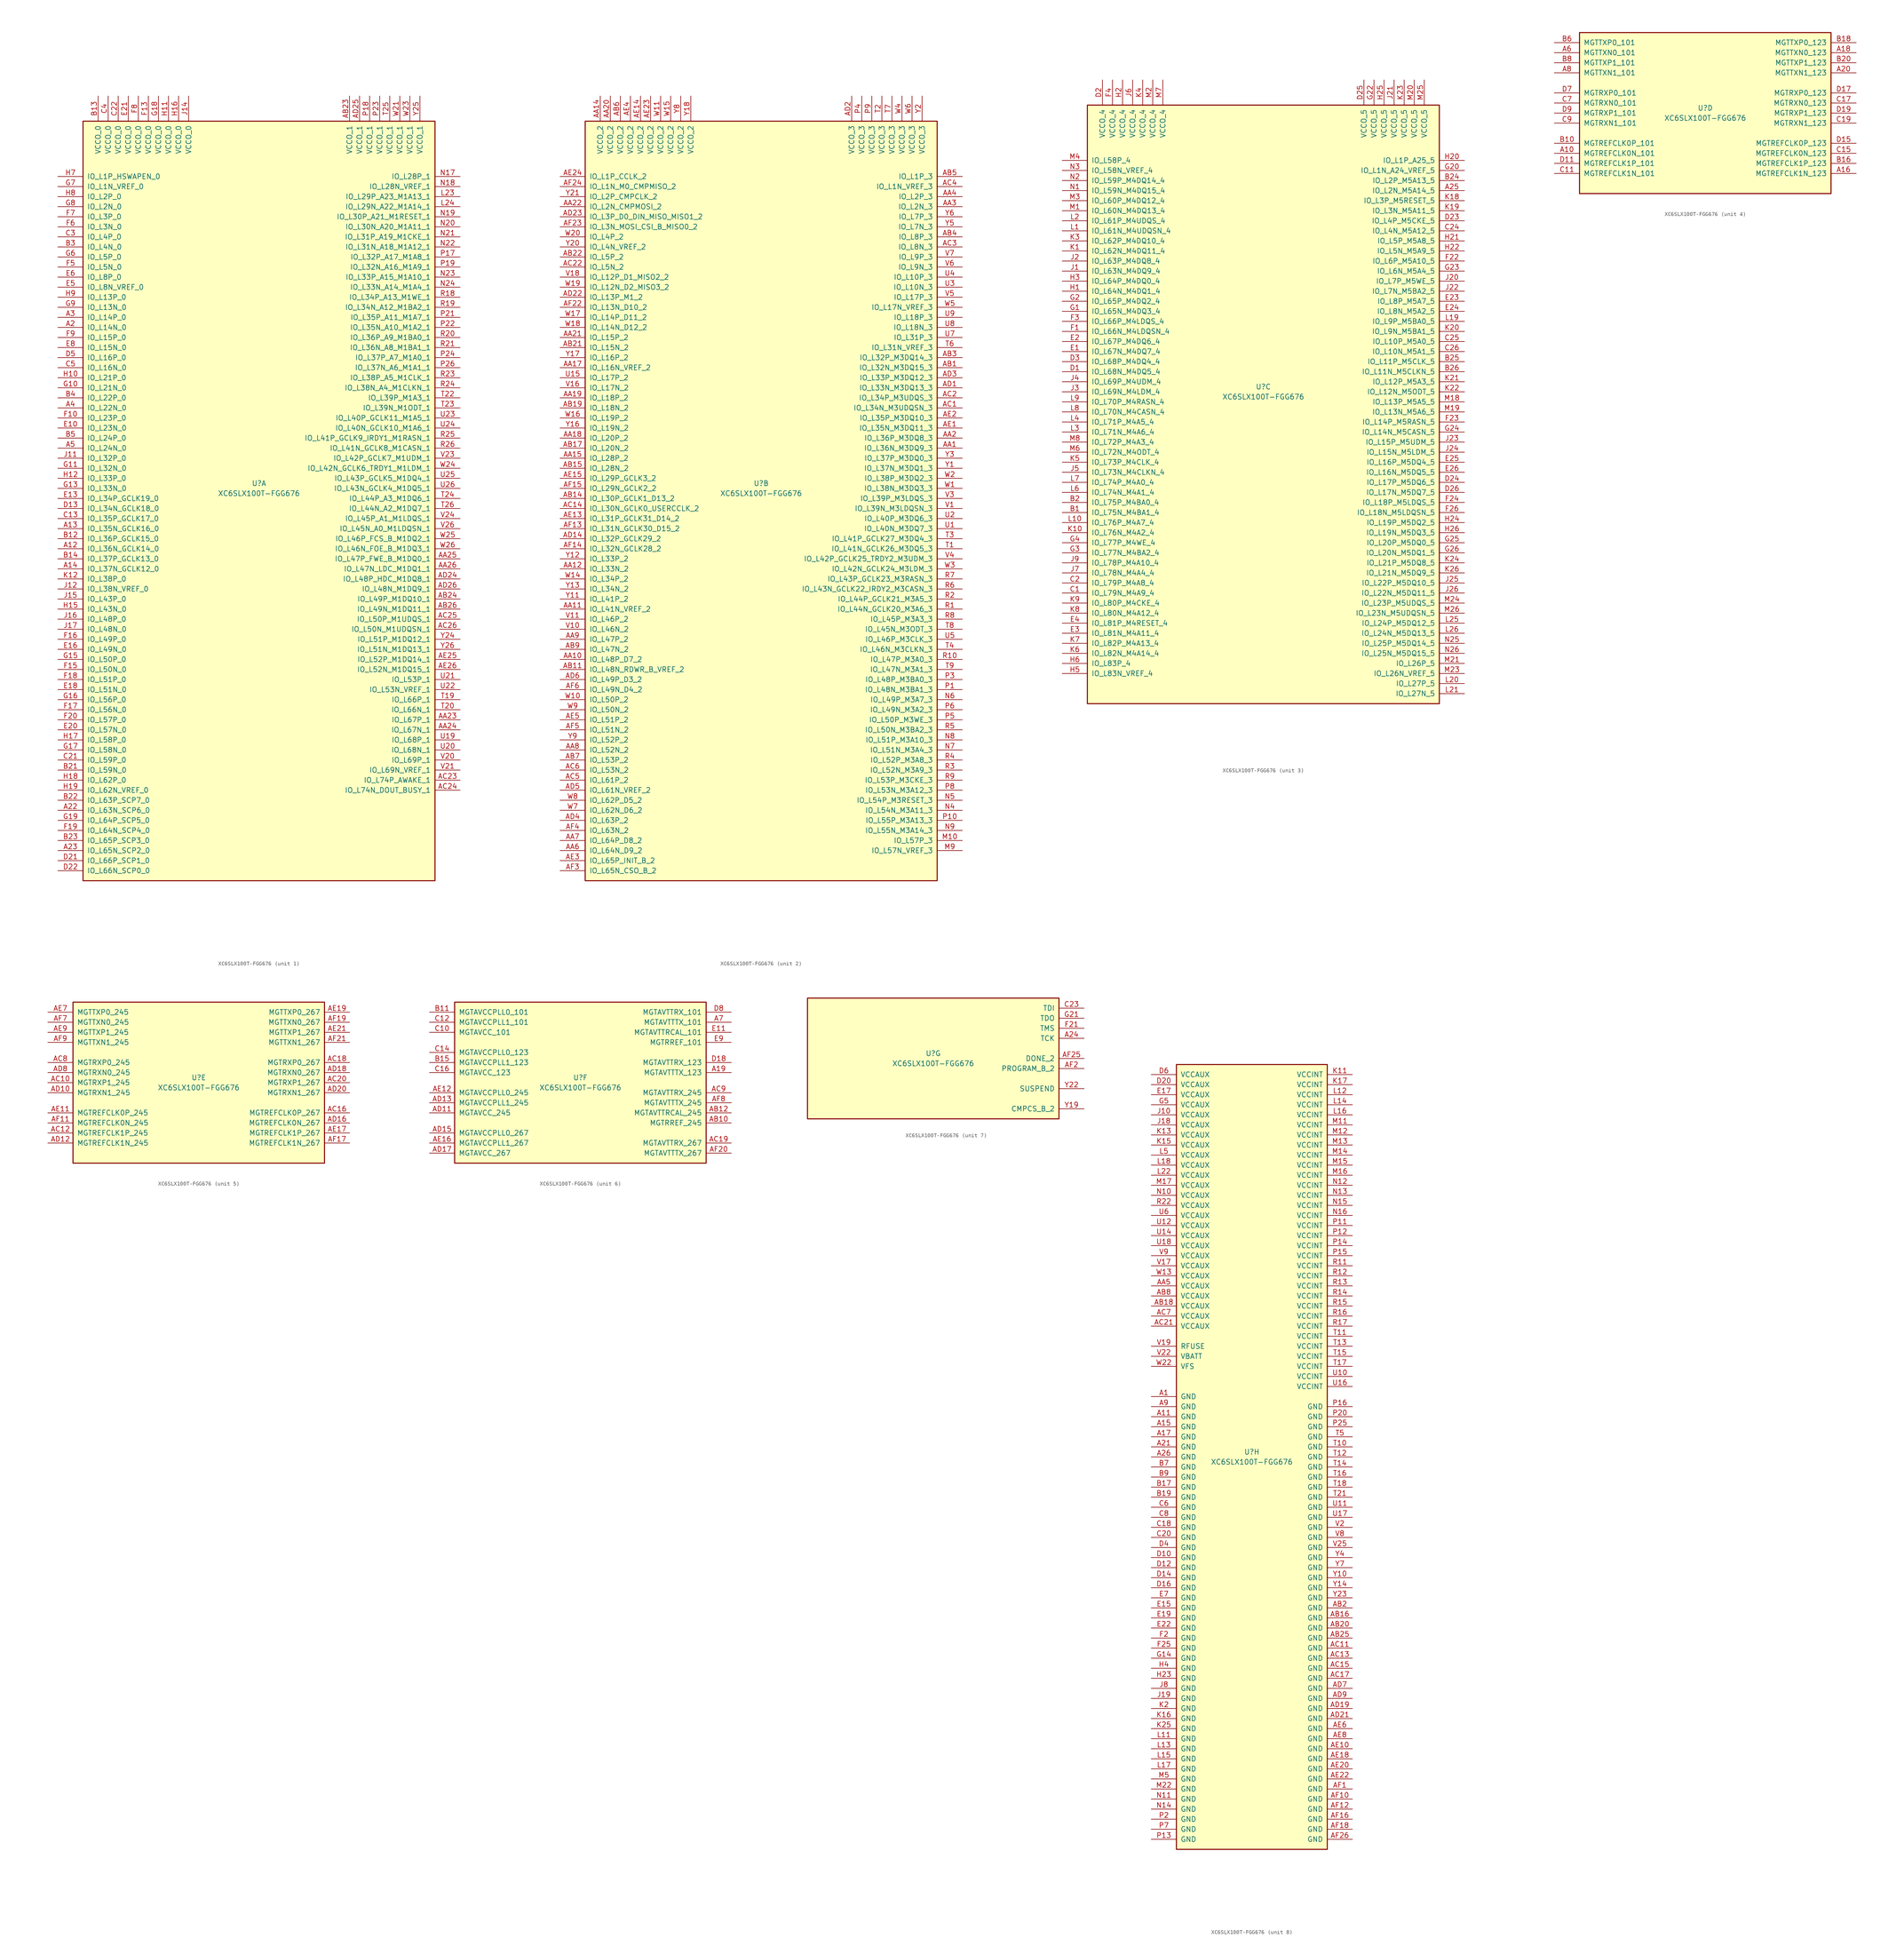
<source format=kicad_sym>
(kicad_symbol_lib
  (version 20201005)
  (generator kicad_symbol_editor)
  (symbol "XC6SLX100T-FGG676"
    (pin_names
      (offset 1.016))
    (property "Reference" "U"
      (at 0 1.27 0)
      (effects (font (size 1.27 1.27))))
    (property "Value" "XC6SLX100T-FGG676"
      (at 0 -1.27 0)
      (effects (font (size 1.27 1.27))))
    (property "Datasheet" ""
      (at 0 0 0)
      (effects (font (size 1.27 1.27))))
    (property "ki_locked" ""
      (at 0 0 0)
      (effects (font (size 1.27 1.27))))
    (symbol "XC6SLX100T-FGG676_1_1"
      (rectangle (start -44.45 92.71) (end 44.45 -99.06) (stroke (width 0.254)) (fill (type background)))
      (pin bidirectional line (at -50.8 -15.24 0) (length 6.35) (name "IO_L36N_GCLK14_0" (effects (font (size 1.27 1.27)))) (number "A12" (effects (font (size 1.27 1.27)))))
      (pin bidirectional line (at -50.8 -10.16 0) (length 6.35) (name "IO_L35N_GCLK16_0" (effects (font (size 1.27 1.27)))) (number "A13" (effects (font (size 1.27 1.27)))))
      (pin bidirectional line (at -50.8 -20.32 0) (length 6.35) (name "IO_L37N_GCLK12_0" (effects (font (size 1.27 1.27)))) (number "A14" (effects (font (size 1.27 1.27)))))
      (pin bidirectional line (at -50.8 40.64 0) (length 6.35) (name "IO_L14N_0" (effects (font (size 1.27 1.27)))) (number "A2" (effects (font (size 1.27 1.27)))))
      (pin bidirectional line (at -50.8 -81.28 0) (length 6.35) (name "IO_L63N_SCP6_0" (effects (font (size 1.27 1.27)))) (number "A22" (effects (font (size 1.27 1.27)))))
      (pin bidirectional line (at -50.8 -91.44 0) (length 6.35) (name "IO_L65N_SCP2_0" (effects (font (size 1.27 1.27)))) (number "A23" (effects (font (size 1.27 1.27)))))
      (pin bidirectional line (at -50.8 43.18 0) (length 6.35) (name "IO_L14P_0" (effects (font (size 1.27 1.27)))) (number "A3" (effects (font (size 1.27 1.27)))))
      (pin bidirectional line (at -50.8 20.32 0) (length 6.35) (name "IO_L22N_0" (effects (font (size 1.27 1.27)))) (number "A4" (effects (font (size 1.27 1.27)))))
      (pin bidirectional line (at -50.8 10.16 0) (length 6.35) (name "IO_L24N_0" (effects (font (size 1.27 1.27)))) (number "A5" (effects (font (size 1.27 1.27)))))
      (pin bidirectional line (at 50.8 -58.42 180) (length 6.35) (name "IO_L67P_1" (effects (font (size 1.27 1.27)))) (number "AA23" (effects (font (size 1.27 1.27)))))
      (pin bidirectional line (at 50.8 -60.96 180) (length 6.35) (name "IO_L67N_1" (effects (font (size 1.27 1.27)))) (number "AA24" (effects (font (size 1.27 1.27)))))
      (pin bidirectional line (at 50.8 -17.78 180) (length 6.35) (name "IO_L47P_FWE_B_M1DQ0_1" (effects (font (size 1.27 1.27)))) (number "AA25" (effects (font (size 1.27 1.27)))))
      (pin bidirectional line (at 50.8 -20.32 180) (length 6.35) (name "IO_L47N_LDC_M1DQ1_1" (effects (font (size 1.27 1.27)))) (number "AA26" (effects (font (size 1.27 1.27)))))
      (pin power_in line (at 22.86 99.06 270) (length 6.35) (name "VCCO_1" (effects (font (size 1.27 1.27)))) (number "AB23" (effects (font (size 1.27 1.27)))))
      (pin bidirectional line (at 50.8 -27.94 180) (length 6.35) (name "IO_L49P_M1DQ10_1" (effects (font (size 1.27 1.27)))) (number "AB24" (effects (font (size 1.27 1.27)))))
      (pin bidirectional line (at 50.8 -30.48 180) (length 6.35) (name "IO_L49N_M1DQ11_1" (effects (font (size 1.27 1.27)))) (number "AB26" (effects (font (size 1.27 1.27)))))
      (pin bidirectional line (at 50.8 -73.66 180) (length 6.35) (name "IO_L74P_AWAKE_1" (effects (font (size 1.27 1.27)))) (number "AC23" (effects (font (size 1.27 1.27)))))
      (pin bidirectional line (at 50.8 -76.2 180) (length 6.35) (name "IO_L74N_DOUT_BUSY_1" (effects (font (size 1.27 1.27)))) (number "AC24" (effects (font (size 1.27 1.27)))))
      (pin bidirectional line (at 50.8 -33.02 180) (length 6.35) (name "IO_L50P_M1UDQS_1" (effects (font (size 1.27 1.27)))) (number "AC25" (effects (font (size 1.27 1.27)))))
      (pin bidirectional line (at 50.8 -35.56 180) (length 6.35) (name "IO_L50N_M1UDQSN_1" (effects (font (size 1.27 1.27)))) (number "AC26" (effects (font (size 1.27 1.27)))))
      (pin bidirectional line (at 50.8 -22.86 180) (length 6.35) (name "IO_L48P_HDC_M1DQ8_1" (effects (font (size 1.27 1.27)))) (number "AD24" (effects (font (size 1.27 1.27)))))
      (pin power_in line (at 25.4 99.06 270) (length 6.35) (name "VCCO_1" (effects (font (size 1.27 1.27)))) (number "AD25" (effects (font (size 1.27 1.27)))))
      (pin bidirectional line (at 50.8 -25.4 180) (length 6.35) (name "IO_L48N_M1DQ9_1" (effects (font (size 1.27 1.27)))) (number "AD26" (effects (font (size 1.27 1.27)))))
      (pin bidirectional line (at 50.8 -43.18 180) (length 6.35) (name "IO_L52P_M1DQ14_1" (effects (font (size 1.27 1.27)))) (number "AE25" (effects (font (size 1.27 1.27)))))
      (pin bidirectional line (at 50.8 -45.72 180) (length 6.35) (name "IO_L52N_M1DQ15_1" (effects (font (size 1.27 1.27)))) (number "AE26" (effects (font (size 1.27 1.27)))))
      (pin bidirectional line (at -50.8 -12.7 0) (length 6.35) (name "IO_L36P_GCLK15_0" (effects (font (size 1.27 1.27)))) (number "B12" (effects (font (size 1.27 1.27)))))
      (pin power_in line (at -40.64 99.06 270) (length 6.35) (name "VCCO_0" (effects (font (size 1.27 1.27)))) (number "B13" (effects (font (size 1.27 1.27)))))
      (pin bidirectional line (at -50.8 -17.78 0) (length 6.35) (name "IO_L37P_GCLK13_0" (effects (font (size 1.27 1.27)))) (number "B14" (effects (font (size 1.27 1.27)))))
      (pin bidirectional line (at -50.8 -71.12 0) (length 6.35) (name "IO_L59N_0" (effects (font (size 1.27 1.27)))) (number "B21" (effects (font (size 1.27 1.27)))))
      (pin bidirectional line (at -50.8 -78.74 0) (length 6.35) (name "IO_L63P_SCP7_0" (effects (font (size 1.27 1.27)))) (number "B22" (effects (font (size 1.27 1.27)))))
      (pin bidirectional line (at -50.8 -88.9 0) (length 6.35) (name "IO_L65P_SCP3_0" (effects (font (size 1.27 1.27)))) (number "B23" (effects (font (size 1.27 1.27)))))
      (pin bidirectional line (at -50.8 60.96 0) (length 6.35) (name "IO_L4N_0" (effects (font (size 1.27 1.27)))) (number "B3" (effects (font (size 1.27 1.27)))))
      (pin bidirectional line (at -50.8 22.86 0) (length 6.35) (name "IO_L22P_0" (effects (font (size 1.27 1.27)))) (number "B4" (effects (font (size 1.27 1.27)))))
      (pin bidirectional line (at -50.8 12.7 0) (length 6.35) (name "IO_L24P_0" (effects (font (size 1.27 1.27)))) (number "B5" (effects (font (size 1.27 1.27)))))
      (pin bidirectional line (at -50.8 -7.62 0) (length 6.35) (name "IO_L35P_GCLK17_0" (effects (font (size 1.27 1.27)))) (number "C13" (effects (font (size 1.27 1.27)))))
      (pin bidirectional line (at -50.8 -68.58 0) (length 6.35) (name "IO_L59P_0" (effects (font (size 1.27 1.27)))) (number "C21" (effects (font (size 1.27 1.27)))))
      (pin power_in line (at -35.56 99.06 270) (length 6.35) (name "VCCO_0" (effects (font (size 1.27 1.27)))) (number "C22" (effects (font (size 1.27 1.27)))))
      (pin bidirectional line (at -50.8 63.5 0) (length 6.35) (name "IO_L4P_0" (effects (font (size 1.27 1.27)))) (number "C3" (effects (font (size 1.27 1.27)))))
      (pin power_in line (at -38.1 99.06 270) (length 6.35) (name "VCCO_0" (effects (font (size 1.27 1.27)))) (number "C4" (effects (font (size 1.27 1.27)))))
      (pin bidirectional line (at -50.8 30.48 0) (length 6.35) (name "IO_L16N_0" (effects (font (size 1.27 1.27)))) (number "C5" (effects (font (size 1.27 1.27)))))
      (pin bidirectional line (at -50.8 -5.08 0) (length 6.35) (name "IO_L34N_GCLK18_0" (effects (font (size 1.27 1.27)))) (number "D13" (effects (font (size 1.27 1.27)))))
      (pin bidirectional line (at -50.8 -93.98 0) (length 6.35) (name "IO_L66P_SCP1_0" (effects (font (size 1.27 1.27)))) (number "D21" (effects (font (size 1.27 1.27)))))
      (pin bidirectional line (at -50.8 -96.52 0) (length 6.35) (name "IO_L66N_SCP0_0" (effects (font (size 1.27 1.27)))) (number "D22" (effects (font (size 1.27 1.27)))))
      (pin bidirectional line (at -50.8 33.02 0) (length 6.35) (name "IO_L16P_0" (effects (font (size 1.27 1.27)))) (number "D5" (effects (font (size 1.27 1.27)))))
      (pin bidirectional line (at -50.8 15.24 0) (length 6.35) (name "IO_L23N_0" (effects (font (size 1.27 1.27)))) (number "E10" (effects (font (size 1.27 1.27)))))
      (pin bidirectional line (at -50.8 -2.54 0) (length 6.35) (name "IO_L34P_GCLK19_0" (effects (font (size 1.27 1.27)))) (number "E13" (effects (font (size 1.27 1.27)))))
      (pin bidirectional line (at -50.8 -40.64 0) (length 6.35) (name "IO_L49N_0" (effects (font (size 1.27 1.27)))) (number "E16" (effects (font (size 1.27 1.27)))))
      (pin bidirectional line (at -50.8 -50.8 0) (length 6.35) (name "IO_L51N_0" (effects (font (size 1.27 1.27)))) (number "E18" (effects (font (size 1.27 1.27)))))
      (pin bidirectional line (at -50.8 -60.96 0) (length 6.35) (name "IO_L57N_0" (effects (font (size 1.27 1.27)))) (number "E20" (effects (font (size 1.27 1.27)))))
      (pin power_in line (at -33.02 99.06 270) (length 6.35) (name "VCCO_0" (effects (font (size 1.27 1.27)))) (number "E21" (effects (font (size 1.27 1.27)))))
      (pin bidirectional line (at -50.8 50.8 0) (length 6.35) (name "IO_L8N_VREF_0" (effects (font (size 1.27 1.27)))) (number "E5" (effects (font (size 1.27 1.27)))))
      (pin bidirectional line (at -50.8 53.34 0) (length 6.35) (name "IO_L8P_0" (effects (font (size 1.27 1.27)))) (number "E6" (effects (font (size 1.27 1.27)))))
      (pin bidirectional line (at -50.8 35.56 0) (length 6.35) (name "IO_L15N_0" (effects (font (size 1.27 1.27)))) (number "E8" (effects (font (size 1.27 1.27)))))
      (pin bidirectional line (at -50.8 17.78 0) (length 6.35) (name "IO_L23P_0" (effects (font (size 1.27 1.27)))) (number "F10" (effects (font (size 1.27 1.27)))))
      (pin power_in line (at -27.94 99.06 270) (length 6.35) (name "VCCO_0" (effects (font (size 1.27 1.27)))) (number "F13" (effects (font (size 1.27 1.27)))))
      (pin bidirectional line (at -50.8 -45.72 0) (length 6.35) (name "IO_L50N_0" (effects (font (size 1.27 1.27)))) (number "F15" (effects (font (size 1.27 1.27)))))
      (pin bidirectional line (at -50.8 -38.1 0) (length 6.35) (name "IO_L49P_0" (effects (font (size 1.27 1.27)))) (number "F16" (effects (font (size 1.27 1.27)))))
      (pin bidirectional line (at -50.8 -55.88 0) (length 6.35) (name "IO_L56N_0" (effects (font (size 1.27 1.27)))) (number "F17" (effects (font (size 1.27 1.27)))))
      (pin bidirectional line (at -50.8 -48.26 0) (length 6.35) (name "IO_L51P_0" (effects (font (size 1.27 1.27)))) (number "F18" (effects (font (size 1.27 1.27)))))
      (pin bidirectional line (at -50.8 -86.36 0) (length 6.35) (name "IO_L64N_SCP4_0" (effects (font (size 1.27 1.27)))) (number "F19" (effects (font (size 1.27 1.27)))))
      (pin bidirectional line (at -50.8 -58.42 0) (length 6.35) (name "IO_L57P_0" (effects (font (size 1.27 1.27)))) (number "F20" (effects (font (size 1.27 1.27)))))
      (pin bidirectional line (at -50.8 55.88 0) (length 6.35) (name "IO_L5N_0" (effects (font (size 1.27 1.27)))) (number "F5" (effects (font (size 1.27 1.27)))))
      (pin bidirectional line (at -50.8 66.04 0) (length 6.35) (name "IO_L3N_0" (effects (font (size 1.27 1.27)))) (number "F6" (effects (font (size 1.27 1.27)))))
      (pin bidirectional line (at -50.8 68.58 0) (length 6.35) (name "IO_L3P_0" (effects (font (size 1.27 1.27)))) (number "F7" (effects (font (size 1.27 1.27)))))
      (pin power_in line (at -30.48 99.06 270) (length 6.35) (name "VCCO_0" (effects (font (size 1.27 1.27)))) (number "F8" (effects (font (size 1.27 1.27)))))
      (pin bidirectional line (at -50.8 38.1 0) (length 6.35) (name "IO_L15P_0" (effects (font (size 1.27 1.27)))) (number "F9" (effects (font (size 1.27 1.27)))))
      (pin bidirectional line (at -50.8 25.4 0) (length 6.35) (name "IO_L21N_0" (effects (font (size 1.27 1.27)))) (number "G10" (effects (font (size 1.27 1.27)))))
      (pin bidirectional line (at -50.8 5.08 0) (length 6.35) (name "IO_L32N_0" (effects (font (size 1.27 1.27)))) (number "G11" (effects (font (size 1.27 1.27)))))
      (pin bidirectional line (at -50.8 0 0) (length 6.35) (name "IO_L33N_0" (effects (font (size 1.27 1.27)))) (number "G13" (effects (font (size 1.27 1.27)))))
      (pin bidirectional line (at -50.8 -43.18 0) (length 6.35) (name "IO_L50P_0" (effects (font (size 1.27 1.27)))) (number "G15" (effects (font (size 1.27 1.27)))))
      (pin bidirectional line (at -50.8 -53.34 0) (length 6.35) (name "IO_L56P_0" (effects (font (size 1.27 1.27)))) (number "G16" (effects (font (size 1.27 1.27)))))
      (pin bidirectional line (at -50.8 -66.04 0) (length 6.35) (name "IO_L58N_0" (effects (font (size 1.27 1.27)))) (number "G17" (effects (font (size 1.27 1.27)))))
      (pin power_in line (at -25.4 99.06 270) (length 6.35) (name "VCCO_0" (effects (font (size 1.27 1.27)))) (number "G18" (effects (font (size 1.27 1.27)))))
      (pin bidirectional line (at -50.8 -83.82 0) (length 6.35) (name "IO_L64P_SCP5_0" (effects (font (size 1.27 1.27)))) (number "G19" (effects (font (size 1.27 1.27)))))
      (pin bidirectional line (at -50.8 58.42 0) (length 6.35) (name "IO_L5P_0" (effects (font (size 1.27 1.27)))) (number "G6" (effects (font (size 1.27 1.27)))))
      (pin bidirectional line (at -50.8 76.2 0) (length 6.35) (name "IO_L1N_VREF_0" (effects (font (size 1.27 1.27)))) (number "G7" (effects (font (size 1.27 1.27)))))
      (pin bidirectional line (at -50.8 71.12 0) (length 6.35) (name "IO_L2N_0" (effects (font (size 1.27 1.27)))) (number "G8" (effects (font (size 1.27 1.27)))))
      (pin bidirectional line (at -50.8 45.72 0) (length 6.35) (name "IO_L13N_0" (effects (font (size 1.27 1.27)))) (number "G9" (effects (font (size 1.27 1.27)))))
      (pin bidirectional line (at -50.8 27.94 0) (length 6.35) (name "IO_L21P_0" (effects (font (size 1.27 1.27)))) (number "H10" (effects (font (size 1.27 1.27)))))
      (pin power_in line (at -22.86 99.06 270) (length 6.35) (name "VCCO_0" (effects (font (size 1.27 1.27)))) (number "H11" (effects (font (size 1.27 1.27)))))
      (pin bidirectional line (at -50.8 2.54 0) (length 6.35) (name "IO_L33P_0" (effects (font (size 1.27 1.27)))) (number "H12" (effects (font (size 1.27 1.27)))))
      (pin bidirectional line (at -50.8 -30.48 0) (length 6.35) (name "IO_L43N_0" (effects (font (size 1.27 1.27)))) (number "H15" (effects (font (size 1.27 1.27)))))
      (pin power_in line (at -20.32 99.06 270) (length 6.35) (name "VCCO_0" (effects (font (size 1.27 1.27)))) (number "H16" (effects (font (size 1.27 1.27)))))
      (pin bidirectional line (at -50.8 -63.5 0) (length 6.35) (name "IO_L58P_0" (effects (font (size 1.27 1.27)))) (number "H17" (effects (font (size 1.27 1.27)))))
      (pin bidirectional line (at -50.8 -73.66 0) (length 6.35) (name "IO_L62P_0" (effects (font (size 1.27 1.27)))) (number "H18" (effects (font (size 1.27 1.27)))))
      (pin bidirectional line (at -50.8 -76.2 0) (length 6.35) (name "IO_L62N_VREF_0" (effects (font (size 1.27 1.27)))) (number "H19" (effects (font (size 1.27 1.27)))))
      (pin bidirectional line (at -50.8 78.74 0) (length 6.35) (name "IO_L1P_HSWAPEN_0" (effects (font (size 1.27 1.27)))) (number "H7" (effects (font (size 1.27 1.27)))))
      (pin bidirectional line (at -50.8 73.66 0) (length 6.35) (name "IO_L2P_0" (effects (font (size 1.27 1.27)))) (number "H8" (effects (font (size 1.27 1.27)))))
      (pin bidirectional line (at -50.8 48.26 0) (length 6.35) (name "IO_L13P_0" (effects (font (size 1.27 1.27)))) (number "H9" (effects (font (size 1.27 1.27)))))
      (pin bidirectional line (at -50.8 7.62 0) (length 6.35) (name "IO_L32P_0" (effects (font (size 1.27 1.27)))) (number "J11" (effects (font (size 1.27 1.27)))))
      (pin bidirectional line (at -50.8 -25.4 0) (length 6.35) (name "IO_L38N_VREF_0" (effects (font (size 1.27 1.27)))) (number "J12" (effects (font (size 1.27 1.27)))))
      (pin power_in line (at -17.78 99.06 270) (length 6.35) (name "VCCO_0" (effects (font (size 1.27 1.27)))) (number "J14" (effects (font (size 1.27 1.27)))))
      (pin bidirectional line (at -50.8 -27.94 0) (length 6.35) (name "IO_L43P_0" (effects (font (size 1.27 1.27)))) (number "J15" (effects (font (size 1.27 1.27)))))
      (pin bidirectional line (at -50.8 -33.02 0) (length 6.35) (name "IO_L48P_0" (effects (font (size 1.27 1.27)))) (number "J16" (effects (font (size 1.27 1.27)))))
      (pin bidirectional line (at -50.8 -35.56 0) (length 6.35) (name "IO_L48N_0" (effects (font (size 1.27 1.27)))) (number "J17" (effects (font (size 1.27 1.27)))))
      (pin bidirectional line (at -50.8 -22.86 0) (length 6.35) (name "IO_L38P_0" (effects (font (size 1.27 1.27)))) (number "K12" (effects (font (size 1.27 1.27)))))
      (pin bidirectional line (at 50.8 73.66 180) (length 6.35) (name "IO_L29P_A23_M1A13_1" (effects (font (size 1.27 1.27)))) (number "L23" (effects (font (size 1.27 1.27)))))
      (pin bidirectional line (at 50.8 71.12 180) (length 6.35) (name "IO_L29N_A22_M1A14_1" (effects (font (size 1.27 1.27)))) (number "L24" (effects (font (size 1.27 1.27)))))
      (pin bidirectional line (at 50.8 78.74 180) (length 6.35) (name "IO_L28P_1" (effects (font (size 1.27 1.27)))) (number "N17" (effects (font (size 1.27 1.27)))))
      (pin bidirectional line (at 50.8 76.2 180) (length 6.35) (name "IO_L28N_VREF_1" (effects (font (size 1.27 1.27)))) (number "N18" (effects (font (size 1.27 1.27)))))
      (pin bidirectional line (at 50.8 68.58 180) (length 6.35) (name "IO_L30P_A21_M1RESET_1" (effects (font (size 1.27 1.27)))) (number "N19" (effects (font (size 1.27 1.27)))))
      (pin bidirectional line (at 50.8 66.04 180) (length 6.35) (name "IO_L30N_A20_M1A11_1" (effects (font (size 1.27 1.27)))) (number "N20" (effects (font (size 1.27 1.27)))))
      (pin bidirectional line (at 50.8 63.5 180) (length 6.35) (name "IO_L31P_A19_M1CKE_1" (effects (font (size 1.27 1.27)))) (number "N21" (effects (font (size 1.27 1.27)))))
      (pin bidirectional line (at 50.8 60.96 180) (length 6.35) (name "IO_L31N_A18_M1A12_1" (effects (font (size 1.27 1.27)))) (number "N22" (effects (font (size 1.27 1.27)))))
      (pin bidirectional line (at 50.8 53.34 180) (length 6.35) (name "IO_L33P_A15_M1A10_1" (effects (font (size 1.27 1.27)))) (number "N23" (effects (font (size 1.27 1.27)))))
      (pin bidirectional line (at 50.8 50.8 180) (length 6.35) (name "IO_L33N_A14_M1A4_1" (effects (font (size 1.27 1.27)))) (number "N24" (effects (font (size 1.27 1.27)))))
      (pin bidirectional line (at 50.8 58.42 180) (length 6.35) (name "IO_L32P_A17_M1A8_1" (effects (font (size 1.27 1.27)))) (number "P17" (effects (font (size 1.27 1.27)))))
      (pin power_in line (at 27.94 99.06 270) (length 6.35) (name "VCCO_1" (effects (font (size 1.27 1.27)))) (number "P18" (effects (font (size 1.27 1.27)))))
      (pin bidirectional line (at 50.8 55.88 180) (length 6.35) (name "IO_L32N_A16_M1A9_1" (effects (font (size 1.27 1.27)))) (number "P19" (effects (font (size 1.27 1.27)))))
      (pin bidirectional line (at 50.8 43.18 180) (length 6.35) (name "IO_L35P_A11_M1A7_1" (effects (font (size 1.27 1.27)))) (number "P21" (effects (font (size 1.27 1.27)))))
      (pin bidirectional line (at 50.8 40.64 180) (length 6.35) (name "IO_L35N_A10_M1A2_1" (effects (font (size 1.27 1.27)))) (number "P22" (effects (font (size 1.27 1.27)))))
      (pin power_in line (at 30.48 99.06 270) (length 6.35) (name "VCCO_1" (effects (font (size 1.27 1.27)))) (number "P23" (effects (font (size 1.27 1.27)))))
      (pin bidirectional line (at 50.8 33.02 180) (length 6.35) (name "IO_L37P_A7_M1A0_1" (effects (font (size 1.27 1.27)))) (number "P24" (effects (font (size 1.27 1.27)))))
      (pin bidirectional line (at 50.8 30.48 180) (length 6.35) (name "IO_L37N_A6_M1A1_1" (effects (font (size 1.27 1.27)))) (number "P26" (effects (font (size 1.27 1.27)))))
      (pin bidirectional line (at 50.8 48.26 180) (length 6.35) (name "IO_L34P_A13_M1WE_1" (effects (font (size 1.27 1.27)))) (number "R18" (effects (font (size 1.27 1.27)))))
      (pin bidirectional line (at 50.8 45.72 180) (length 6.35) (name "IO_L34N_A12_M1BA2_1" (effects (font (size 1.27 1.27)))) (number "R19" (effects (font (size 1.27 1.27)))))
      (pin bidirectional line (at 50.8 38.1 180) (length 6.35) (name "IO_L36P_A9_M1BA0_1" (effects (font (size 1.27 1.27)))) (number "R20" (effects (font (size 1.27 1.27)))))
      (pin bidirectional line (at 50.8 35.56 180) (length 6.35) (name "IO_L36N_A8_M1BA1_1" (effects (font (size 1.27 1.27)))) (number "R21" (effects (font (size 1.27 1.27)))))
      (pin bidirectional line (at 50.8 27.94 180) (length 6.35) (name "IO_L38P_A5_M1CLK_1" (effects (font (size 1.27 1.27)))) (number "R23" (effects (font (size 1.27 1.27)))))
      (pin bidirectional line (at 50.8 25.4 180) (length 6.35) (name "IO_L38N_A4_M1CLKN_1" (effects (font (size 1.27 1.27)))) (number "R24" (effects (font (size 1.27 1.27)))))
      (pin bidirectional line (at 50.8 12.7 180) (length 6.35) (name "IO_L41P_GCLK9_IRDY1_M1RASN_1" (effects (font (size 1.27 1.27)))) (number "R25" (effects (font (size 1.27 1.27)))))
      (pin bidirectional line (at 50.8 10.16 180) (length 6.35) (name "IO_L41N_GCLK8_M1CASN_1" (effects (font (size 1.27 1.27)))) (number "R26" (effects (font (size 1.27 1.27)))))
      (pin bidirectional line (at 50.8 -53.34 180) (length 6.35) (name "IO_L66P_1" (effects (font (size 1.27 1.27)))) (number "T19" (effects (font (size 1.27 1.27)))))
      (pin bidirectional line (at 50.8 -55.88 180) (length 6.35) (name "IO_L66N_1" (effects (font (size 1.27 1.27)))) (number "T20" (effects (font (size 1.27 1.27)))))
      (pin bidirectional line (at 50.8 22.86 180) (length 6.35) (name "IO_L39P_M1A3_1" (effects (font (size 1.27 1.27)))) (number "T22" (effects (font (size 1.27 1.27)))))
      (pin bidirectional line (at 50.8 20.32 180) (length 6.35) (name "IO_L39N_M1ODT_1" (effects (font (size 1.27 1.27)))) (number "T23" (effects (font (size 1.27 1.27)))))
      (pin bidirectional line (at 50.8 -2.54 180) (length 6.35) (name "IO_L44P_A3_M1DQ6_1" (effects (font (size 1.27 1.27)))) (number "T24" (effects (font (size 1.27 1.27)))))
      (pin power_in line (at 33.02 99.06 270) (length 6.35) (name "VCCO_1" (effects (font (size 1.27 1.27)))) (number "T25" (effects (font (size 1.27 1.27)))))
      (pin bidirectional line (at 50.8 -5.08 180) (length 6.35) (name "IO_L44N_A2_M1DQ7_1" (effects (font (size 1.27 1.27)))) (number "T26" (effects (font (size 1.27 1.27)))))
      (pin bidirectional line (at 50.8 -63.5 180) (length 6.35) (name "IO_L68P_1" (effects (font (size 1.27 1.27)))) (number "U19" (effects (font (size 1.27 1.27)))))
      (pin bidirectional line (at 50.8 -66.04 180) (length 6.35) (name "IO_L68N_1" (effects (font (size 1.27 1.27)))) (number "U20" (effects (font (size 1.27 1.27)))))
      (pin bidirectional line (at 50.8 -48.26 180) (length 6.35) (name "IO_L53P_1" (effects (font (size 1.27 1.27)))) (number "U21" (effects (font (size 1.27 1.27)))))
      (pin bidirectional line (at 50.8 -50.8 180) (length 6.35) (name "IO_L53N_VREF_1" (effects (font (size 1.27 1.27)))) (number "U22" (effects (font (size 1.27 1.27)))))
      (pin bidirectional line (at 50.8 17.78 180) (length 6.35) (name "IO_L40P_GCLK11_M1A5_1" (effects (font (size 1.27 1.27)))) (number "U23" (effects (font (size 1.27 1.27)))))
      (pin bidirectional line (at 50.8 15.24 180) (length 6.35) (name "IO_L40N_GCLK10_M1A6_1" (effects (font (size 1.27 1.27)))) (number "U24" (effects (font (size 1.27 1.27)))))
      (pin bidirectional line (at 50.8 2.54 180) (length 6.35) (name "IO_L43P_GCLK5_M1DQ4_1" (effects (font (size 1.27 1.27)))) (number "U25" (effects (font (size 1.27 1.27)))))
      (pin bidirectional line (at 50.8 0 180) (length 6.35) (name "IO_L43N_GCLK4_M1DQ5_1" (effects (font (size 1.27 1.27)))) (number "U26" (effects (font (size 1.27 1.27)))))
      (pin bidirectional line (at 50.8 -68.58 180) (length 6.35) (name "IO_L69P_1" (effects (font (size 1.27 1.27)))) (number "V20" (effects (font (size 1.27 1.27)))))
      (pin bidirectional line (at 50.8 -71.12 180) (length 6.35) (name "IO_L69N_VREF_1" (effects (font (size 1.27 1.27)))) (number "V21" (effects (font (size 1.27 1.27)))))
      (pin bidirectional line (at 50.8 7.62 180) (length 6.35) (name "IO_L42P_GCLK7_M1UDM_1" (effects (font (size 1.27 1.27)))) (number "V23" (effects (font (size 1.27 1.27)))))
      (pin bidirectional line (at 50.8 -7.62 180) (length 6.35) (name "IO_L45P_A1_M1LDQS_1" (effects (font (size 1.27 1.27)))) (number "V24" (effects (font (size 1.27 1.27)))))
      (pin bidirectional line (at 50.8 -10.16 180) (length 6.35) (name "IO_L45N_A0_M1LDQSN_1" (effects (font (size 1.27 1.27)))) (number "V26" (effects (font (size 1.27 1.27)))))
      (pin power_in line (at 35.56 99.06 270) (length 6.35) (name "VCCO_1" (effects (font (size 1.27 1.27)))) (number "W21" (effects (font (size 1.27 1.27)))))
      (pin power_in line (at 38.1 99.06 270) (length 6.35) (name "VCCO_1" (effects (font (size 1.27 1.27)))) (number "W23" (effects (font (size 1.27 1.27)))))
      (pin bidirectional line (at 50.8 5.08 180) (length 6.35) (name "IO_L42N_GCLK6_TRDY1_M1LDM_1" (effects (font (size 1.27 1.27)))) (number "W24" (effects (font (size 1.27 1.27)))))
      (pin bidirectional line (at 50.8 -12.7 180) (length 6.35) (name "IO_L46P_FCS_B_M1DQ2_1" (effects (font (size 1.27 1.27)))) (number "W25" (effects (font (size 1.27 1.27)))))
      (pin bidirectional line (at 50.8 -15.24 180) (length 6.35) (name "IO_L46N_FOE_B_M1DQ3_1" (effects (font (size 1.27 1.27)))) (number "W26" (effects (font (size 1.27 1.27)))))
      (pin bidirectional line (at 50.8 -38.1 180) (length 6.35) (name "IO_L51P_M1DQ12_1" (effects (font (size 1.27 1.27)))) (number "Y24" (effects (font (size 1.27 1.27)))))
      (pin power_in line (at 40.64 99.06 270) (length 6.35) (name "VCCO_1" (effects (font (size 1.27 1.27)))) (number "Y25" (effects (font (size 1.27 1.27)))))
      (pin bidirectional line (at 50.8 -40.64 180) (length 6.35) (name "IO_L51N_M1DQ13_1" (effects (font (size 1.27 1.27)))) (number "Y26" (effects (font (size 1.27 1.27))))))
    (symbol "XC6SLX100T-FGG676_2_1"
      (rectangle (start -44.45 92.71) (end 44.45 -99.06) (stroke (width 0.254)) (fill (type background)))
      (pin bidirectional line (at 50.8 10.16 180) (length 6.35) (name "IO_L36N_M3DQ9_3" (effects (font (size 1.27 1.27)))) (number "AA1" (effects (font (size 1.27 1.27)))))
      (pin bidirectional line (at -50.8 -43.18 0) (length 6.35) (name "IO_L48P_D7_2" (effects (font (size 1.27 1.27)))) (number "AA10" (effects (font (size 1.27 1.27)))))
      (pin bidirectional line (at -50.8 -30.48 0) (length 6.35) (name "IO_L41N_VREF_2" (effects (font (size 1.27 1.27)))) (number "AA11" (effects (font (size 1.27 1.27)))))
      (pin bidirectional line (at -50.8 -20.32 0) (length 6.35) (name "IO_L33N_2" (effects (font (size 1.27 1.27)))) (number "AA12" (effects (font (size 1.27 1.27)))))
      (pin power_in line (at -40.64 99.06 270) (length 6.35) (name "VCCO_2" (effects (font (size 1.27 1.27)))) (number "AA14" (effects (font (size 1.27 1.27)))))
      (pin bidirectional line (at -50.8 7.62 0) (length 6.35) (name "IO_L28P_2" (effects (font (size 1.27 1.27)))) (number "AA15" (effects (font (size 1.27 1.27)))))
      (pin bidirectional line (at -50.8 30.48 0) (length 6.35) (name "IO_L16N_VREF_2" (effects (font (size 1.27 1.27)))) (number "AA17" (effects (font (size 1.27 1.27)))))
      (pin bidirectional line (at -50.8 12.7 0) (length 6.35) (name "IO_L20P_2" (effects (font (size 1.27 1.27)))) (number "AA18" (effects (font (size 1.27 1.27)))))
      (pin bidirectional line (at -50.8 22.86 0) (length 6.35) (name "IO_L18P_2" (effects (font (size 1.27 1.27)))) (number "AA19" (effects (font (size 1.27 1.27)))))
      (pin bidirectional line (at 50.8 12.7 180) (length 6.35) (name "IO_L36P_M3DQ8_3" (effects (font (size 1.27 1.27)))) (number "AA2" (effects (font (size 1.27 1.27)))))
      (pin power_in line (at -38.1 99.06 270) (length 6.35) (name "VCCO_2" (effects (font (size 1.27 1.27)))) (number "AA20" (effects (font (size 1.27 1.27)))))
      (pin bidirectional line (at -50.8 38.1 0) (length 6.35) (name "IO_L15P_2" (effects (font (size 1.27 1.27)))) (number "AA21" (effects (font (size 1.27 1.27)))))
      (pin bidirectional line (at -50.8 71.12 0) (length 6.35) (name "IO_L2N_CMPMOSI_2" (effects (font (size 1.27 1.27)))) (number "AA22" (effects (font (size 1.27 1.27)))))
      (pin bidirectional line (at 50.8 71.12 180) (length 6.35) (name "IO_L2N_3" (effects (font (size 1.27 1.27)))) (number "AA3" (effects (font (size 1.27 1.27)))))
      (pin bidirectional line (at 50.8 73.66 180) (length 6.35) (name "IO_L2P_3" (effects (font (size 1.27 1.27)))) (number "AA4" (effects (font (size 1.27 1.27)))))
      (pin bidirectional line (at -50.8 -91.44 0) (length 6.35) (name "IO_L64N_D9_2" (effects (font (size 1.27 1.27)))) (number "AA6" (effects (font (size 1.27 1.27)))))
      (pin bidirectional line (at -50.8 -88.9 0) (length 6.35) (name "IO_L64P_D8_2" (effects (font (size 1.27 1.27)))) (number "AA7" (effects (font (size 1.27 1.27)))))
      (pin bidirectional line (at -50.8 -66.04 0) (length 6.35) (name "IO_L52N_2" (effects (font (size 1.27 1.27)))) (number "AA8" (effects (font (size 1.27 1.27)))))
      (pin bidirectional line (at -50.8 -38.1 0) (length 6.35) (name "IO_L47P_2" (effects (font (size 1.27 1.27)))) (number "AA9" (effects (font (size 1.27 1.27)))))
      (pin bidirectional line (at 50.8 30.48 180) (length 6.35) (name "IO_L32N_M3DQ15_3" (effects (font (size 1.27 1.27)))) (number "AB1" (effects (font (size 1.27 1.27)))))
      (pin bidirectional line (at -50.8 -45.72 0) (length 6.35) (name "IO_L48N_RDWR_B_VREF_2" (effects (font (size 1.27 1.27)))) (number "AB11" (effects (font (size 1.27 1.27)))))
      (pin bidirectional line (at -50.8 -2.54 0) (length 6.35) (name "IO_L30P_GCLK1_D13_2" (effects (font (size 1.27 1.27)))) (number "AB14" (effects (font (size 1.27 1.27)))))
      (pin bidirectional line (at -50.8 5.08 0) (length 6.35) (name "IO_L28N_2" (effects (font (size 1.27 1.27)))) (number "AB15" (effects (font (size 1.27 1.27)))))
      (pin bidirectional line (at -50.8 10.16 0) (length 6.35) (name "IO_L20N_2" (effects (font (size 1.27 1.27)))) (number "AB17" (effects (font (size 1.27 1.27)))))
      (pin bidirectional line (at -50.8 20.32 0) (length 6.35) (name "IO_L18N_2" (effects (font (size 1.27 1.27)))) (number "AB19" (effects (font (size 1.27 1.27)))))
      (pin bidirectional line (at -50.8 35.56 0) (length 6.35) (name "IO_L15N_2" (effects (font (size 1.27 1.27)))) (number "AB21" (effects (font (size 1.27 1.27)))))
      (pin bidirectional line (at -50.8 58.42 0) (length 6.35) (name "IO_L5P_2" (effects (font (size 1.27 1.27)))) (number "AB22" (effects (font (size 1.27 1.27)))))
      (pin bidirectional line (at 50.8 33.02 180) (length 6.35) (name "IO_L32P_M3DQ14_3" (effects (font (size 1.27 1.27)))) (number "AB3" (effects (font (size 1.27 1.27)))))
      (pin bidirectional line (at 50.8 63.5 180) (length 6.35) (name "IO_L8P_3" (effects (font (size 1.27 1.27)))) (number "AB4" (effects (font (size 1.27 1.27)))))
      (pin bidirectional line (at 50.8 78.74 180) (length 6.35) (name "IO_L1P_3" (effects (font (size 1.27 1.27)))) (number "AB5" (effects (font (size 1.27 1.27)))))
      (pin power_in line (at -35.56 99.06 270) (length 6.35) (name "VCCO_2" (effects (font (size 1.27 1.27)))) (number "AB6" (effects (font (size 1.27 1.27)))))
      (pin bidirectional line (at -50.8 -68.58 0) (length 6.35) (name "IO_L53P_2" (effects (font (size 1.27 1.27)))) (number "AB7" (effects (font (size 1.27 1.27)))))
      (pin bidirectional line (at -50.8 -40.64 0) (length 6.35) (name "IO_L47N_2" (effects (font (size 1.27 1.27)))) (number "AB9" (effects (font (size 1.27 1.27)))))
      (pin bidirectional line (at 50.8 20.32 180) (length 6.35) (name "IO_L34N_M3UDQSN_3" (effects (font (size 1.27 1.27)))) (number "AC1" (effects (font (size 1.27 1.27)))))
      (pin bidirectional line (at -50.8 -5.08 0) (length 6.35) (name "IO_L30N_GCLK0_USERCCLK_2" (effects (font (size 1.27 1.27)))) (number "AC14" (effects (font (size 1.27 1.27)))))
      (pin bidirectional line (at 50.8 22.86 180) (length 6.35) (name "IO_L34P_M3UDQS_3" (effects (font (size 1.27 1.27)))) (number "AC2" (effects (font (size 1.27 1.27)))))
      (pin bidirectional line (at -50.8 55.88 0) (length 6.35) (name "IO_L5N_2" (effects (font (size 1.27 1.27)))) (number "AC22" (effects (font (size 1.27 1.27)))))
      (pin bidirectional line (at 50.8 60.96 180) (length 6.35) (name "IO_L8N_3" (effects (font (size 1.27 1.27)))) (number "AC3" (effects (font (size 1.27 1.27)))))
      (pin bidirectional line (at 50.8 76.2 180) (length 6.35) (name "IO_L1N_VREF_3" (effects (font (size 1.27 1.27)))) (number "AC4" (effects (font (size 1.27 1.27)))))
      (pin bidirectional line (at -50.8 -73.66 0) (length 6.35) (name "IO_L61P_2" (effects (font (size 1.27 1.27)))) (number "AC5" (effects (font (size 1.27 1.27)))))
      (pin bidirectional line (at -50.8 -71.12 0) (length 6.35) (name "IO_L53N_2" (effects (font (size 1.27 1.27)))) (number "AC6" (effects (font (size 1.27 1.27)))))
      (pin bidirectional line (at 50.8 25.4 180) (length 6.35) (name "IO_L33N_M3DQ13_3" (effects (font (size 1.27 1.27)))) (number "AD1" (effects (font (size 1.27 1.27)))))
      (pin bidirectional line (at -50.8 -12.7 0) (length 6.35) (name "IO_L32P_GCLK29_2" (effects (font (size 1.27 1.27)))) (number "AD14" (effects (font (size 1.27 1.27)))))
      (pin power_in line (at 22.86 99.06 270) (length 6.35) (name "VCCO_3" (effects (font (size 1.27 1.27)))) (number "AD2" (effects (font (size 1.27 1.27)))))
      (pin bidirectional line (at -50.8 48.26 0) (length 6.35) (name "IO_L13P_M1_2" (effects (font (size 1.27 1.27)))) (number "AD22" (effects (font (size 1.27 1.27)))))
      (pin bidirectional line (at -50.8 68.58 0) (length 6.35) (name "IO_L3P_D0_DIN_MISO_MISO1_2" (effects (font (size 1.27 1.27)))) (number "AD23" (effects (font (size 1.27 1.27)))))
      (pin bidirectional line (at 50.8 27.94 180) (length 6.35) (name "IO_L33P_M3DQ12_3" (effects (font (size 1.27 1.27)))) (number "AD3" (effects (font (size 1.27 1.27)))))
      (pin bidirectional line (at -50.8 -83.82 0) (length 6.35) (name "IO_L63P_2" (effects (font (size 1.27 1.27)))) (number "AD4" (effects (font (size 1.27 1.27)))))
      (pin bidirectional line (at -50.8 -76.2 0) (length 6.35) (name "IO_L61N_VREF_2" (effects (font (size 1.27 1.27)))) (number "AD5" (effects (font (size 1.27 1.27)))))
      (pin bidirectional line (at -50.8 -48.26 0) (length 6.35) (name "IO_L49P_D3_2" (effects (font (size 1.27 1.27)))) (number "AD6" (effects (font (size 1.27 1.27)))))
      (pin bidirectional line (at 50.8 15.24 180) (length 6.35) (name "IO_L35N_M3DQ11_3" (effects (font (size 1.27 1.27)))) (number "AE1" (effects (font (size 1.27 1.27)))))
      (pin bidirectional line (at -50.8 -7.62 0) (length 6.35) (name "IO_L31P_GCLK31_D14_2" (effects (font (size 1.27 1.27)))) (number "AE13" (effects (font (size 1.27 1.27)))))
      (pin power_in line (at -30.48 99.06 270) (length 6.35) (name "VCCO_2" (effects (font (size 1.27 1.27)))) (number "AE14" (effects (font (size 1.27 1.27)))))
      (pin bidirectional line (at -50.8 2.54 0) (length 6.35) (name "IO_L29P_GCLK3_2" (effects (font (size 1.27 1.27)))) (number "AE15" (effects (font (size 1.27 1.27)))))
      (pin bidirectional line (at 50.8 17.78 180) (length 6.35) (name "IO_L35P_M3DQ10_3" (effects (font (size 1.27 1.27)))) (number "AE2" (effects (font (size 1.27 1.27)))))
      (pin power_in line (at -27.94 99.06 270) (length 6.35) (name "VCCO_2" (effects (font (size 1.27 1.27)))) (number "AE23" (effects (font (size 1.27 1.27)))))
      (pin bidirectional line (at -50.8 78.74 0) (length 6.35) (name "IO_L1P_CCLK_2" (effects (font (size 1.27 1.27)))) (number "AE24" (effects (font (size 1.27 1.27)))))
      (pin bidirectional line (at -50.8 -93.98 0) (length 6.35) (name "IO_L65P_INIT_B_2" (effects (font (size 1.27 1.27)))) (number "AE3" (effects (font (size 1.27 1.27)))))
      (pin power_in line (at -33.02 99.06 270) (length 6.35) (name "VCCO_2" (effects (font (size 1.27 1.27)))) (number "AE4" (effects (font (size 1.27 1.27)))))
      (pin bidirectional line (at -50.8 -58.42 0) (length 6.35) (name "IO_L51P_2" (effects (font (size 1.27 1.27)))) (number "AE5" (effects (font (size 1.27 1.27)))))
      (pin bidirectional line (at -50.8 -10.16 0) (length 6.35) (name "IO_L31N_GCLK30_D15_2" (effects (font (size 1.27 1.27)))) (number "AF13" (effects (font (size 1.27 1.27)))))
      (pin bidirectional line (at -50.8 -15.24 0) (length 6.35) (name "IO_L32N_GCLK28_2" (effects (font (size 1.27 1.27)))) (number "AF14" (effects (font (size 1.27 1.27)))))
      (pin bidirectional line (at -50.8 0 0) (length 6.35) (name "IO_L29N_GCLK2_2" (effects (font (size 1.27 1.27)))) (number "AF15" (effects (font (size 1.27 1.27)))))
      (pin bidirectional line (at -50.8 45.72 0) (length 6.35) (name "IO_L13N_D10_2" (effects (font (size 1.27 1.27)))) (number "AF22" (effects (font (size 1.27 1.27)))))
      (pin bidirectional line (at -50.8 66.04 0) (length 6.35) (name "IO_L3N_MOSI_CSI_B_MISO0_2" (effects (font (size 1.27 1.27)))) (number "AF23" (effects (font (size 1.27 1.27)))))
      (pin bidirectional line (at -50.8 76.2 0) (length 6.35) (name "IO_L1N_M0_CMPMISO_2" (effects (font (size 1.27 1.27)))) (number "AF24" (effects (font (size 1.27 1.27)))))
      (pin bidirectional line (at -50.8 -96.52 0) (length 6.35) (name "IO_L65N_CSO_B_2" (effects (font (size 1.27 1.27)))) (number "AF3" (effects (font (size 1.27 1.27)))))
      (pin bidirectional line (at -50.8 -86.36 0) (length 6.35) (name "IO_L63N_2" (effects (font (size 1.27 1.27)))) (number "AF4" (effects (font (size 1.27 1.27)))))
      (pin bidirectional line (at -50.8 -60.96 0) (length 6.35) (name "IO_L51N_2" (effects (font (size 1.27 1.27)))) (number "AF5" (effects (font (size 1.27 1.27)))))
      (pin bidirectional line (at -50.8 -50.8 0) (length 6.35) (name "IO_L49N_D4_2" (effects (font (size 1.27 1.27)))) (number "AF6" (effects (font (size 1.27 1.27)))))
      (pin bidirectional line (at 50.8 -88.9 180) (length 6.35) (name "IO_L57P_3" (effects (font (size 1.27 1.27)))) (number "M10" (effects (font (size 1.27 1.27)))))
      (pin bidirectional line (at 50.8 -91.44 180) (length 6.35) (name "IO_L57N_VREF_3" (effects (font (size 1.27 1.27)))) (number "M9" (effects (font (size 1.27 1.27)))))
      (pin bidirectional line (at 50.8 -81.28 180) (length 6.35) (name "IO_L54N_M3A11_3" (effects (font (size 1.27 1.27)))) (number "N4" (effects (font (size 1.27 1.27)))))
      (pin bidirectional line (at 50.8 -78.74 180) (length 6.35) (name "IO_L54P_M3RESET_3" (effects (font (size 1.27 1.27)))) (number "N5" (effects (font (size 1.27 1.27)))))
      (pin bidirectional line (at 50.8 -53.34 180) (length 6.35) (name "IO_L49P_M3A7_3" (effects (font (size 1.27 1.27)))) (number "N6" (effects (font (size 1.27 1.27)))))
      (pin bidirectional line (at 50.8 -66.04 180) (length 6.35) (name "IO_L51N_M3A4_3" (effects (font (size 1.27 1.27)))) (number "N7" (effects (font (size 1.27 1.27)))))
      (pin bidirectional line (at 50.8 -63.5 180) (length 6.35) (name "IO_L51P_M3A10_3" (effects (font (size 1.27 1.27)))) (number "N8" (effects (font (size 1.27 1.27)))))
      (pin bidirectional line (at 50.8 -86.36 180) (length 6.35) (name "IO_L55N_M3A14_3" (effects (font (size 1.27 1.27)))) (number "N9" (effects (font (size 1.27 1.27)))))
      (pin bidirectional line (at 50.8 -50.8 180) (length 6.35) (name "IO_L48N_M3BA1_3" (effects (font (size 1.27 1.27)))) (number "P1" (effects (font (size 1.27 1.27)))))
      (pin bidirectional line (at 50.8 -83.82 180) (length 6.35) (name "IO_L55P_M3A13_3" (effects (font (size 1.27 1.27)))) (number "P10" (effects (font (size 1.27 1.27)))))
      (pin bidirectional line (at 50.8 -48.26 180) (length 6.35) (name "IO_L48P_M3BA0_3" (effects (font (size 1.27 1.27)))) (number "P3" (effects (font (size 1.27 1.27)))))
      (pin power_in line (at 25.4 99.06 270) (length 6.35) (name "VCCO_3" (effects (font (size 1.27 1.27)))) (number "P4" (effects (font (size 1.27 1.27)))))
      (pin bidirectional line (at 50.8 -58.42 180) (length 6.35) (name "IO_L50P_M3WE_3" (effects (font (size 1.27 1.27)))) (number "P5" (effects (font (size 1.27 1.27)))))
      (pin bidirectional line (at 50.8 -55.88 180) (length 6.35) (name "IO_L49N_M3A2_3" (effects (font (size 1.27 1.27)))) (number "P6" (effects (font (size 1.27 1.27)))))
      (pin bidirectional line (at 50.8 -76.2 180) (length 6.35) (name "IO_L53N_M3A12_3" (effects (font (size 1.27 1.27)))) (number "P8" (effects (font (size 1.27 1.27)))))
      (pin power_in line (at 27.94 99.06 270) (length 6.35) (name "VCCO_3" (effects (font (size 1.27 1.27)))) (number "P9" (effects (font (size 1.27 1.27)))))
      (pin bidirectional line (at 50.8 -30.48 180) (length 6.35) (name "IO_L44N_GCLK20_M3A6_3" (effects (font (size 1.27 1.27)))) (number "R1" (effects (font (size 1.27 1.27)))))
      (pin bidirectional line (at 50.8 -43.18 180) (length 6.35) (name "IO_L47P_M3A0_3" (effects (font (size 1.27 1.27)))) (number "R10" (effects (font (size 1.27 1.27)))))
      (pin bidirectional line (at 50.8 -27.94 180) (length 6.35) (name "IO_L44P_GCLK21_M3A5_3" (effects (font (size 1.27 1.27)))) (number "R2" (effects (font (size 1.27 1.27)))))
      (pin bidirectional line (at 50.8 -71.12 180) (length 6.35) (name "IO_L52N_M3A9_3" (effects (font (size 1.27 1.27)))) (number "R3" (effects (font (size 1.27 1.27)))))
      (pin bidirectional line (at 50.8 -68.58 180) (length 6.35) (name "IO_L52P_M3A8_3" (effects (font (size 1.27 1.27)))) (number "R4" (effects (font (size 1.27 1.27)))))
      (pin bidirectional line (at 50.8 -60.96 180) (length 6.35) (name "IO_L50N_M3BA2_3" (effects (font (size 1.27 1.27)))) (number "R5" (effects (font (size 1.27 1.27)))))
      (pin bidirectional line (at 50.8 -25.4 180) (length 6.35) (name "IO_L43N_GCLK22_IRDY2_M3CASN_3" (effects (font (size 1.27 1.27)))) (number "R6" (effects (font (size 1.27 1.27)))))
      (pin bidirectional line (at 50.8 -22.86 180) (length 6.35) (name "IO_L43P_GCLK23_M3RASN_3" (effects (font (size 1.27 1.27)))) (number "R7" (effects (font (size 1.27 1.27)))))
      (pin bidirectional line (at 50.8 -33.02 180) (length 6.35) (name "IO_L45P_M3A3_3" (effects (font (size 1.27 1.27)))) (number "R8" (effects (font (size 1.27 1.27)))))
      (pin bidirectional line (at 50.8 -73.66 180) (length 6.35) (name "IO_L53P_M3CKE_3" (effects (font (size 1.27 1.27)))) (number "R9" (effects (font (size 1.27 1.27)))))
      (pin bidirectional line (at 50.8 -15.24 180) (length 6.35) (name "IO_L41N_GCLK26_M3DQ5_3" (effects (font (size 1.27 1.27)))) (number "T1" (effects (font (size 1.27 1.27)))))
      (pin power_in line (at 30.48 99.06 270) (length 6.35) (name "VCCO_3" (effects (font (size 1.27 1.27)))) (number "T2" (effects (font (size 1.27 1.27)))))
      (pin bidirectional line (at 50.8 -12.7 180) (length 6.35) (name "IO_L41P_GCLK27_M3DQ4_3" (effects (font (size 1.27 1.27)))) (number "T3" (effects (font (size 1.27 1.27)))))
      (pin bidirectional line (at 50.8 -40.64 180) (length 6.35) (name "IO_L46N_M3CLKN_3" (effects (font (size 1.27 1.27)))) (number "T4" (effects (font (size 1.27 1.27)))))
      (pin bidirectional line (at 50.8 35.56 180) (length 6.35) (name "IO_L31N_VREF_3" (effects (font (size 1.27 1.27)))) (number "T6" (effects (font (size 1.27 1.27)))))
      (pin power_in line (at 33.02 99.06 270) (length 6.35) (name "VCCO_3" (effects (font (size 1.27 1.27)))) (number "T7" (effects (font (size 1.27 1.27)))))
      (pin bidirectional line (at 50.8 -35.56 180) (length 6.35) (name "IO_L45N_M3ODT_3" (effects (font (size 1.27 1.27)))) (number "T8" (effects (font (size 1.27 1.27)))))
      (pin bidirectional line (at 50.8 -45.72 180) (length 6.35) (name "IO_L47N_M3A1_3" (effects (font (size 1.27 1.27)))) (number "T9" (effects (font (size 1.27 1.27)))))
      (pin bidirectional line (at 50.8 -10.16 180) (length 6.35) (name "IO_L40N_M3DQ7_3" (effects (font (size 1.27 1.27)))) (number "U1" (effects (font (size 1.27 1.27)))))
      (pin bidirectional line (at -50.8 27.94 0) (length 6.35) (name "IO_L17P_2" (effects (font (size 1.27 1.27)))) (number "U15" (effects (font (size 1.27 1.27)))))
      (pin bidirectional line (at 50.8 -7.62 180) (length 6.35) (name "IO_L40P_M3DQ6_3" (effects (font (size 1.27 1.27)))) (number "U2" (effects (font (size 1.27 1.27)))))
      (pin bidirectional line (at 50.8 50.8 180) (length 6.35) (name "IO_L10N_3" (effects (font (size 1.27 1.27)))) (number "U3" (effects (font (size 1.27 1.27)))))
      (pin bidirectional line (at 50.8 53.34 180) (length 6.35) (name "IO_L10P_3" (effects (font (size 1.27 1.27)))) (number "U4" (effects (font (size 1.27 1.27)))))
      (pin bidirectional line (at 50.8 -38.1 180) (length 6.35) (name "IO_L46P_M3CLK_3" (effects (font (size 1.27 1.27)))) (number "U5" (effects (font (size 1.27 1.27)))))
      (pin bidirectional line (at 50.8 38.1 180) (length 6.35) (name "IO_L31P_3" (effects (font (size 1.27 1.27)))) (number "U7" (effects (font (size 1.27 1.27)))))
      (pin bidirectional line (at 50.8 40.64 180) (length 6.35) (name "IO_L18N_3" (effects (font (size 1.27 1.27)))) (number "U8" (effects (font (size 1.27 1.27)))))
      (pin bidirectional line (at 50.8 43.18 180) (length 6.35) (name "IO_L18P_3" (effects (font (size 1.27 1.27)))) (number "U9" (effects (font (size 1.27 1.27)))))
      (pin bidirectional line (at 50.8 -5.08 180) (length 6.35) (name "IO_L39N_M3LDQSN_3" (effects (font (size 1.27 1.27)))) (number "V1" (effects (font (size 1.27 1.27)))))
      (pin bidirectional line (at -50.8 -35.56 0) (length 6.35) (name "IO_L46N_2" (effects (font (size 1.27 1.27)))) (number "V10" (effects (font (size 1.27 1.27)))))
      (pin bidirectional line (at -50.8 -33.02 0) (length 6.35) (name "IO_L46P_2" (effects (font (size 1.27 1.27)))) (number "V11" (effects (font (size 1.27 1.27)))))
      (pin bidirectional line (at -50.8 25.4 0) (length 6.35) (name "IO_L17N_2" (effects (font (size 1.27 1.27)))) (number "V16" (effects (font (size 1.27 1.27)))))
      (pin bidirectional line (at -50.8 53.34 0) (length 6.35) (name "IO_L12P_D1_MISO2_2" (effects (font (size 1.27 1.27)))) (number "V18" (effects (font (size 1.27 1.27)))))
      (pin bidirectional line (at 50.8 -2.54 180) (length 6.35) (name "IO_L39P_M3LDQS_3" (effects (font (size 1.27 1.27)))) (number "V3" (effects (font (size 1.27 1.27)))))
      (pin bidirectional line (at 50.8 -17.78 180) (length 6.35) (name "IO_L42P_GCLK25_TRDY2_M3UDM_3" (effects (font (size 1.27 1.27)))) (number "V4" (effects (font (size 1.27 1.27)))))
      (pin bidirectional line (at 50.8 48.26 180) (length 6.35) (name "IO_L17P_3" (effects (font (size 1.27 1.27)))) (number "V5" (effects (font (size 1.27 1.27)))))
      (pin bidirectional line (at 50.8 55.88 180) (length 6.35) (name "IO_L9N_3" (effects (font (size 1.27 1.27)))) (number "V6" (effects (font (size 1.27 1.27)))))
      (pin bidirectional line (at 50.8 58.42 180) (length 6.35) (name "IO_L9P_3" (effects (font (size 1.27 1.27)))) (number "V7" (effects (font (size 1.27 1.27)))))
      (pin bidirectional line (at 50.8 0 180) (length 6.35) (name "IO_L38N_M3DQ3_3" (effects (font (size 1.27 1.27)))) (number "W1" (effects (font (size 1.27 1.27)))))
      (pin bidirectional line (at -50.8 -53.34 0) (length 6.35) (name "IO_L50P_2" (effects (font (size 1.27 1.27)))) (number "W10" (effects (font (size 1.27 1.27)))))
      (pin power_in line (at -25.4 99.06 270) (length 6.35) (name "VCCO_2" (effects (font (size 1.27 1.27)))) (number "W11" (effects (font (size 1.27 1.27)))))
      (pin bidirectional line (at -50.8 -22.86 0) (length 6.35) (name "IO_L34P_2" (effects (font (size 1.27 1.27)))) (number "W14" (effects (font (size 1.27 1.27)))))
      (pin power_in line (at -22.86 99.06 270) (length 6.35) (name "VCCO_2" (effects (font (size 1.27 1.27)))) (number "W15" (effects (font (size 1.27 1.27)))))
      (pin bidirectional line (at -50.8 17.78 0) (length 6.35) (name "IO_L19P_2" (effects (font (size 1.27 1.27)))) (number "W16" (effects (font (size 1.27 1.27)))))
      (pin bidirectional line (at -50.8 43.18 0) (length 6.35) (name "IO_L14P_D11_2" (effects (font (size 1.27 1.27)))) (number "W17" (effects (font (size 1.27 1.27)))))
      (pin bidirectional line (at -50.8 40.64 0) (length 6.35) (name "IO_L14N_D12_2" (effects (font (size 1.27 1.27)))) (number "W18" (effects (font (size 1.27 1.27)))))
      (pin bidirectional line (at -50.8 50.8 0) (length 6.35) (name "IO_L12N_D2_MISO3_2" (effects (font (size 1.27 1.27)))) (number "W19" (effects (font (size 1.27 1.27)))))
      (pin bidirectional line (at 50.8 2.54 180) (length 6.35) (name "IO_L38P_M3DQ2_3" (effects (font (size 1.27 1.27)))) (number "W2" (effects (font (size 1.27 1.27)))))
      (pin bidirectional line (at -50.8 63.5 0) (length 6.35) (name "IO_L4P_2" (effects (font (size 1.27 1.27)))) (number "W20" (effects (font (size 1.27 1.27)))))
      (pin bidirectional line (at 50.8 -20.32 180) (length 6.35) (name "IO_L42N_GCLK24_M3LDM_3" (effects (font (size 1.27 1.27)))) (number "W3" (effects (font (size 1.27 1.27)))))
      (pin power_in line (at 35.56 99.06 270) (length 6.35) (name "VCCO_3" (effects (font (size 1.27 1.27)))) (number "W4" (effects (font (size 1.27 1.27)))))
      (pin bidirectional line (at 50.8 45.72 180) (length 6.35) (name "IO_L17N_VREF_3" (effects (font (size 1.27 1.27)))) (number "W5" (effects (font (size 1.27 1.27)))))
      (pin power_in line (at 38.1 99.06 270) (length 6.35) (name "VCCO_3" (effects (font (size 1.27 1.27)))) (number "W6" (effects (font (size 1.27 1.27)))))
      (pin bidirectional line (at -50.8 -81.28 0) (length 6.35) (name "IO_L62N_D6_2" (effects (font (size 1.27 1.27)))) (number "W7" (effects (font (size 1.27 1.27)))))
      (pin bidirectional line (at -50.8 -78.74 0) (length 6.35) (name "IO_L62P_D5_2" (effects (font (size 1.27 1.27)))) (number "W8" (effects (font (size 1.27 1.27)))))
      (pin bidirectional line (at -50.8 -55.88 0) (length 6.35) (name "IO_L50N_2" (effects (font (size 1.27 1.27)))) (number "W9" (effects (font (size 1.27 1.27)))))
      (pin bidirectional line (at 50.8 5.08 180) (length 6.35) (name "IO_L37N_M3DQ1_3" (effects (font (size 1.27 1.27)))) (number "Y1" (effects (font (size 1.27 1.27)))))
      (pin bidirectional line (at -50.8 -27.94 0) (length 6.35) (name "IO_L41P_2" (effects (font (size 1.27 1.27)))) (number "Y11" (effects (font (size 1.27 1.27)))))
      (pin bidirectional line (at -50.8 -17.78 0) (length 6.35) (name "IO_L33P_2" (effects (font (size 1.27 1.27)))) (number "Y12" (effects (font (size 1.27 1.27)))))
      (pin bidirectional line (at -50.8 -25.4 0) (length 6.35) (name "IO_L34N_2" (effects (font (size 1.27 1.27)))) (number "Y13" (effects (font (size 1.27 1.27)))))
      (pin bidirectional line (at -50.8 15.24 0) (length 6.35) (name "IO_L19N_2" (effects (font (size 1.27 1.27)))) (number "Y16" (effects (font (size 1.27 1.27)))))
      (pin bidirectional line (at -50.8 33.02 0) (length 6.35) (name "IO_L16P_2" (effects (font (size 1.27 1.27)))) (number "Y17" (effects (font (size 1.27 1.27)))))
      (pin power_in line (at -17.78 99.06 270) (length 6.35) (name "VCCO_2" (effects (font (size 1.27 1.27)))) (number "Y18" (effects (font (size 1.27 1.27)))))
      (pin power_in line (at 40.64 99.06 270) (length 6.35) (name "VCCO_3" (effects (font (size 1.27 1.27)))) (number "Y2" (effects (font (size 1.27 1.27)))))
      (pin bidirectional line (at -50.8 60.96 0) (length 6.35) (name "IO_L4N_VREF_2" (effects (font (size 1.27 1.27)))) (number "Y20" (effects (font (size 1.27 1.27)))))
      (pin bidirectional line (at -50.8 73.66 0) (length 6.35) (name "IO_L2P_CMPCLK_2" (effects (font (size 1.27 1.27)))) (number "Y21" (effects (font (size 1.27 1.27)))))
      (pin bidirectional line (at 50.8 7.62 180) (length 6.35) (name "IO_L37P_M3DQ0_3" (effects (font (size 1.27 1.27)))) (number "Y3" (effects (font (size 1.27 1.27)))))
      (pin bidirectional line (at 50.8 66.04 180) (length 6.35) (name "IO_L7N_3" (effects (font (size 1.27 1.27)))) (number "Y5" (effects (font (size 1.27 1.27)))))
      (pin bidirectional line (at 50.8 68.58 180) (length 6.35) (name "IO_L7P_3" (effects (font (size 1.27 1.27)))) (number "Y6" (effects (font (size 1.27 1.27)))))
      (pin power_in line (at -20.32 99.06 270) (length 6.35) (name "VCCO_2" (effects (font (size 1.27 1.27)))) (number "Y8" (effects (font (size 1.27 1.27)))))
      (pin bidirectional line (at -50.8 -63.5 0) (length 6.35) (name "IO_L52P_2" (effects (font (size 1.27 1.27)))) (number "Y9" (effects (font (size 1.27 1.27))))))
    (symbol "XC6SLX100T-FGG676_3_1"
      (rectangle (start -44.45 72.39) (end 44.45 -78.74) (stroke (width 0.254)) (fill (type background)))
      (pin bidirectional line (at 50.8 50.8 180) (length 6.35) (name "IO_L2N_M5A14_5" (effects (font (size 1.27 1.27)))) (number "A25" (effects (font (size 1.27 1.27)))))
      (pin bidirectional line (at -50.8 -30.48 0) (length 6.35) (name "IO_L75N_M4BA1_4" (effects (font (size 1.27 1.27)))) (number "B1" (effects (font (size 1.27 1.27)))))
      (pin bidirectional line (at -50.8 -27.94 0) (length 6.35) (name "IO_L75P_M4BA0_4" (effects (font (size 1.27 1.27)))) (number "B2" (effects (font (size 1.27 1.27)))))
      (pin bidirectional line (at 50.8 53.34 180) (length 6.35) (name "IO_L2P_M5A13_5" (effects (font (size 1.27 1.27)))) (number "B24" (effects (font (size 1.27 1.27)))))
      (pin bidirectional line (at 50.8 7.62 180) (length 6.35) (name "IO_L11P_M5CLK_5" (effects (font (size 1.27 1.27)))) (number "B25" (effects (font (size 1.27 1.27)))))
      (pin bidirectional line (at 50.8 5.08 180) (length 6.35) (name "IO_L11N_M5CLKN_5" (effects (font (size 1.27 1.27)))) (number "B26" (effects (font (size 1.27 1.27)))))
      (pin bidirectional line (at -50.8 -50.8 0) (length 6.35) (name "IO_L79N_M4A9_4" (effects (font (size 1.27 1.27)))) (number "C1" (effects (font (size 1.27 1.27)))))
      (pin bidirectional line (at -50.8 -48.26 0) (length 6.35) (name "IO_L79P_M4A8_4" (effects (font (size 1.27 1.27)))) (number "C2" (effects (font (size 1.27 1.27)))))
      (pin bidirectional line (at 50.8 40.64 180) (length 6.35) (name "IO_L4N_M5A12_5" (effects (font (size 1.27 1.27)))) (number "C24" (effects (font (size 1.27 1.27)))))
      (pin bidirectional line (at 50.8 12.7 180) (length 6.35) (name "IO_L10P_M5A0_5" (effects (font (size 1.27 1.27)))) (number "C25" (effects (font (size 1.27 1.27)))))
      (pin bidirectional line (at 50.8 10.16 180) (length 6.35) (name "IO_L10N_M5A1_5" (effects (font (size 1.27 1.27)))) (number "C26" (effects (font (size 1.27 1.27)))))
      (pin bidirectional line (at -50.8 5.08 0) (length 6.35) (name "IO_L68N_M4DQ5_4" (effects (font (size 1.27 1.27)))) (number "D1" (effects (font (size 1.27 1.27)))))
      (pin power_in line (at -40.64 78.74 270) (length 6.35) (name "VCCO_4" (effects (font (size 1.27 1.27)))) (number "D2" (effects (font (size 1.27 1.27)))))
      (pin bidirectional line (at 50.8 43.18 180) (length 6.35) (name "IO_L4P_M5CKE_5" (effects (font (size 1.27 1.27)))) (number "D23" (effects (font (size 1.27 1.27)))))
      (pin bidirectional line (at 50.8 -22.86 180) (length 6.35) (name "IO_L17P_M5DQ6_5" (effects (font (size 1.27 1.27)))) (number "D24" (effects (font (size 1.27 1.27)))))
      (pin power_in line (at 25.4 78.74 270) (length 6.35) (name "VCCO_5" (effects (font (size 1.27 1.27)))) (number "D25" (effects (font (size 1.27 1.27)))))
      (pin bidirectional line (at 50.8 -25.4 180) (length 6.35) (name "IO_L17N_M5DQ7_5" (effects (font (size 1.27 1.27)))) (number "D26" (effects (font (size 1.27 1.27)))))
      (pin bidirectional line (at -50.8 7.62 0) (length 6.35) (name "IO_L68P_M4DQ4_4" (effects (font (size 1.27 1.27)))) (number "D3" (effects (font (size 1.27 1.27)))))
      (pin bidirectional line (at -50.8 10.16 0) (length 6.35) (name "IO_L67N_M4DQ7_4" (effects (font (size 1.27 1.27)))) (number "E1" (effects (font (size 1.27 1.27)))))
      (pin bidirectional line (at -50.8 12.7 0) (length 6.35) (name "IO_L67P_M4DQ6_4" (effects (font (size 1.27 1.27)))) (number "E2" (effects (font (size 1.27 1.27)))))
      (pin bidirectional line (at 50.8 22.86 180) (length 6.35) (name "IO_L8P_M5A7_5" (effects (font (size 1.27 1.27)))) (number "E23" (effects (font (size 1.27 1.27)))))
      (pin bidirectional line (at 50.8 20.32 180) (length 6.35) (name "IO_L8N_M5A2_5" (effects (font (size 1.27 1.27)))) (number "E24" (effects (font (size 1.27 1.27)))))
      (pin bidirectional line (at 50.8 -17.78 180) (length 6.35) (name "IO_L16P_M5DQ4_5" (effects (font (size 1.27 1.27)))) (number "E25" (effects (font (size 1.27 1.27)))))
      (pin bidirectional line (at 50.8 -20.32 180) (length 6.35) (name "IO_L16N_M5DQ5_5" (effects (font (size 1.27 1.27)))) (number "E26" (effects (font (size 1.27 1.27)))))
      (pin bidirectional line (at -50.8 -60.96 0) (length 6.35) (name "IO_L81N_M4A11_4" (effects (font (size 1.27 1.27)))) (number "E3" (effects (font (size 1.27 1.27)))))
      (pin bidirectional line (at -50.8 -58.42 0) (length 6.35) (name "IO_L81P_M4RESET_4" (effects (font (size 1.27 1.27)))) (number "E4" (effects (font (size 1.27 1.27)))))
      (pin bidirectional line (at -50.8 15.24 0) (length 6.35) (name "IO_L66N_M4LDQSN_4" (effects (font (size 1.27 1.27)))) (number "F1" (effects (font (size 1.27 1.27)))))
      (pin bidirectional line (at 50.8 33.02 180) (length 6.35) (name "IO_L6P_M5A10_5" (effects (font (size 1.27 1.27)))) (number "F22" (effects (font (size 1.27 1.27)))))
      (pin bidirectional line (at 50.8 -7.62 180) (length 6.35) (name "IO_L14P_M5RASN_5" (effects (font (size 1.27 1.27)))) (number "F23" (effects (font (size 1.27 1.27)))))
      (pin bidirectional line (at 50.8 -27.94 180) (length 6.35) (name "IO_L18P_M5LDQS_5" (effects (font (size 1.27 1.27)))) (number "F24" (effects (font (size 1.27 1.27)))))
      (pin bidirectional line (at 50.8 -30.48 180) (length 6.35) (name "IO_L18N_M5LDQSN_5" (effects (font (size 1.27 1.27)))) (number "F26" (effects (font (size 1.27 1.27)))))
      (pin bidirectional line (at -50.8 17.78 0) (length 6.35) (name "IO_L66P_M4LDQS_4" (effects (font (size 1.27 1.27)))) (number "F3" (effects (font (size 1.27 1.27)))))
      (pin power_in line (at -38.1 78.74 270) (length 6.35) (name "VCCO_4" (effects (font (size 1.27 1.27)))) (number "F4" (effects (font (size 1.27 1.27)))))
      (pin bidirectional line (at -50.8 20.32 0) (length 6.35) (name "IO_L65N_M4DQ3_4" (effects (font (size 1.27 1.27)))) (number "G1" (effects (font (size 1.27 1.27)))))
      (pin bidirectional line (at -50.8 22.86 0) (length 6.35) (name "IO_L65P_M4DQ2_4" (effects (font (size 1.27 1.27)))) (number "G2" (effects (font (size 1.27 1.27)))))
      (pin bidirectional line (at 50.8 55.88 180) (length 6.35) (name "IO_L1N_A24_VREF_5" (effects (font (size 1.27 1.27)))) (number "G20" (effects (font (size 1.27 1.27)))))
      (pin power_in line (at 27.94 78.74 270) (length 6.35) (name "VCCO_5" (effects (font (size 1.27 1.27)))) (number "G22" (effects (font (size 1.27 1.27)))))
      (pin bidirectional line (at 50.8 30.48 180) (length 6.35) (name "IO_L6N_M5A4_5" (effects (font (size 1.27 1.27)))) (number "G23" (effects (font (size 1.27 1.27)))))
      (pin bidirectional line (at 50.8 -10.16 180) (length 6.35) (name "IO_L14N_M5CASN_5" (effects (font (size 1.27 1.27)))) (number "G24" (effects (font (size 1.27 1.27)))))
      (pin bidirectional line (at 50.8 -38.1 180) (length 6.35) (name "IO_L20P_M5DQ0_5" (effects (font (size 1.27 1.27)))) (number "G25" (effects (font (size 1.27 1.27)))))
      (pin bidirectional line (at 50.8 -40.64 180) (length 6.35) (name "IO_L20N_M5DQ1_5" (effects (font (size 1.27 1.27)))) (number "G26" (effects (font (size 1.27 1.27)))))
      (pin bidirectional line (at -50.8 -40.64 0) (length 6.35) (name "IO_L77N_M4BA2_4" (effects (font (size 1.27 1.27)))) (number "G3" (effects (font (size 1.27 1.27)))))
      (pin bidirectional line (at -50.8 -38.1 0) (length 6.35) (name "IO_L77P_M4WE_4" (effects (font (size 1.27 1.27)))) (number "G4" (effects (font (size 1.27 1.27)))))
      (pin bidirectional line (at -50.8 25.4 0) (length 6.35) (name "IO_L64N_M4DQ1_4" (effects (font (size 1.27 1.27)))) (number "H1" (effects (font (size 1.27 1.27)))))
      (pin power_in line (at -35.56 78.74 270) (length 6.35) (name "VCCO_4" (effects (font (size 1.27 1.27)))) (number "H2" (effects (font (size 1.27 1.27)))))
      (pin bidirectional line (at 50.8 58.42 180) (length 6.35) (name "IO_L1P_A25_5" (effects (font (size 1.27 1.27)))) (number "H20" (effects (font (size 1.27 1.27)))))
      (pin bidirectional line (at 50.8 38.1 180) (length 6.35) (name "IO_L5P_M5A8_5" (effects (font (size 1.27 1.27)))) (number "H21" (effects (font (size 1.27 1.27)))))
      (pin bidirectional line (at 50.8 35.56 180) (length 6.35) (name "IO_L5N_M5A9_5" (effects (font (size 1.27 1.27)))) (number "H22" (effects (font (size 1.27 1.27)))))
      (pin bidirectional line (at 50.8 -33.02 180) (length 6.35) (name "IO_L19P_M5DQ2_5" (effects (font (size 1.27 1.27)))) (number "H24" (effects (font (size 1.27 1.27)))))
      (pin power_in line (at 30.48 78.74 270) (length 6.35) (name "VCCO_5" (effects (font (size 1.27 1.27)))) (number "H25" (effects (font (size 1.27 1.27)))))
      (pin bidirectional line (at 50.8 -35.56 180) (length 6.35) (name "IO_L19N_M5DQ3_5" (effects (font (size 1.27 1.27)))) (number "H26" (effects (font (size 1.27 1.27)))))
      (pin bidirectional line (at -50.8 27.94 0) (length 6.35) (name "IO_L64P_M4DQ0_4" (effects (font (size 1.27 1.27)))) (number "H3" (effects (font (size 1.27 1.27)))))
      (pin bidirectional line (at -50.8 -71.12 0) (length 6.35) (name "IO_L83N_VREF_4" (effects (font (size 1.27 1.27)))) (number "H5" (effects (font (size 1.27 1.27)))))
      (pin bidirectional line (at -50.8 -68.58 0) (length 6.35) (name "IO_L83P_4" (effects (font (size 1.27 1.27)))) (number "H6" (effects (font (size 1.27 1.27)))))
      (pin bidirectional line (at -50.8 30.48 0) (length 6.35) (name "IO_L63N_M4DQ9_4" (effects (font (size 1.27 1.27)))) (number "J1" (effects (font (size 1.27 1.27)))))
      (pin bidirectional line (at -50.8 33.02 0) (length 6.35) (name "IO_L63P_M4DQ8_4" (effects (font (size 1.27 1.27)))) (number "J2" (effects (font (size 1.27 1.27)))))
      (pin bidirectional line (at 50.8 27.94 180) (length 6.35) (name "IO_L7P_M5WE_5" (effects (font (size 1.27 1.27)))) (number "J20" (effects (font (size 1.27 1.27)))))
      (pin power_in line (at 33.02 78.74 270) (length 6.35) (name "VCCO_5" (effects (font (size 1.27 1.27)))) (number "J21" (effects (font (size 1.27 1.27)))))
      (pin bidirectional line (at 50.8 25.4 180) (length 6.35) (name "IO_L7N_M5BA2_5" (effects (font (size 1.27 1.27)))) (number "J22" (effects (font (size 1.27 1.27)))))
      (pin bidirectional line (at 50.8 -12.7 180) (length 6.35) (name "IO_L15P_M5UDM_5" (effects (font (size 1.27 1.27)))) (number "J23" (effects (font (size 1.27 1.27)))))
      (pin bidirectional line (at 50.8 -15.24 180) (length 6.35) (name "IO_L15N_M5LDM_5" (effects (font (size 1.27 1.27)))) (number "J24" (effects (font (size 1.27 1.27)))))
      (pin bidirectional line (at 50.8 -48.26 180) (length 6.35) (name "IO_L22P_M5DQ10_5" (effects (font (size 1.27 1.27)))) (number "J25" (effects (font (size 1.27 1.27)))))
      (pin bidirectional line (at 50.8 -50.8 180) (length 6.35) (name "IO_L22N_M5DQ11_5" (effects (font (size 1.27 1.27)))) (number "J26" (effects (font (size 1.27 1.27)))))
      (pin bidirectional line (at -50.8 0 0) (length 6.35) (name "IO_L69N_M4LDM_4" (effects (font (size 1.27 1.27)))) (number "J3" (effects (font (size 1.27 1.27)))))
      (pin bidirectional line (at -50.8 2.54 0) (length 6.35) (name "IO_L69P_M4UDM_4" (effects (font (size 1.27 1.27)))) (number "J4" (effects (font (size 1.27 1.27)))))
      (pin bidirectional line (at -50.8 -20.32 0) (length 6.35) (name "IO_L73N_M4CLKN_4" (effects (font (size 1.27 1.27)))) (number "J5" (effects (font (size 1.27 1.27)))))
      (pin power_in line (at -33.02 78.74 270) (length 6.35) (name "VCCO_4" (effects (font (size 1.27 1.27)))) (number "J6" (effects (font (size 1.27 1.27)))))
      (pin bidirectional line (at -50.8 -45.72 0) (length 6.35) (name "IO_L78N_M4A4_4" (effects (font (size 1.27 1.27)))) (number "J7" (effects (font (size 1.27 1.27)))))
      (pin bidirectional line (at -50.8 -43.18 0) (length 6.35) (name "IO_L78P_M4A10_4" (effects (font (size 1.27 1.27)))) (number "J9" (effects (font (size 1.27 1.27)))))
      (pin bidirectional line (at -50.8 35.56 0) (length 6.35) (name "IO_L62N_M4DQ11_4" (effects (font (size 1.27 1.27)))) (number "K1" (effects (font (size 1.27 1.27)))))
      (pin bidirectional line (at -50.8 -35.56 0) (length 6.35) (name "IO_L76N_M4A2_4" (effects (font (size 1.27 1.27)))) (number "K10" (effects (font (size 1.27 1.27)))))
      (pin bidirectional line (at 50.8 48.26 180) (length 6.35) (name "IO_L3P_M5RESET_5" (effects (font (size 1.27 1.27)))) (number "K18" (effects (font (size 1.27 1.27)))))
      (pin bidirectional line (at 50.8 45.72 180) (length 6.35) (name "IO_L3N_M5A11_5" (effects (font (size 1.27 1.27)))) (number "K19" (effects (font (size 1.27 1.27)))))
      (pin bidirectional line (at 50.8 15.24 180) (length 6.35) (name "IO_L9N_M5BA1_5" (effects (font (size 1.27 1.27)))) (number "K20" (effects (font (size 1.27 1.27)))))
      (pin bidirectional line (at 50.8 2.54 180) (length 6.35) (name "IO_L12P_M5A3_5" (effects (font (size 1.27 1.27)))) (number "K21" (effects (font (size 1.27 1.27)))))
      (pin bidirectional line (at 50.8 0 180) (length 6.35) (name "IO_L12N_M5ODT_5" (effects (font (size 1.27 1.27)))) (number "K22" (effects (font (size 1.27 1.27)))))
      (pin power_in line (at 35.56 78.74 270) (length 6.35) (name "VCCO_5" (effects (font (size 1.27 1.27)))) (number "K23" (effects (font (size 1.27 1.27)))))
      (pin bidirectional line (at 50.8 -43.18 180) (length 6.35) (name "IO_L21P_M5DQ8_5" (effects (font (size 1.27 1.27)))) (number "K24" (effects (font (size 1.27 1.27)))))
      (pin bidirectional line (at 50.8 -45.72 180) (length 6.35) (name "IO_L21N_M5DQ9_5" (effects (font (size 1.27 1.27)))) (number "K26" (effects (font (size 1.27 1.27)))))
      (pin bidirectional line (at -50.8 38.1 0) (length 6.35) (name "IO_L62P_M4DQ10_4" (effects (font (size 1.27 1.27)))) (number "K3" (effects (font (size 1.27 1.27)))))
      (pin power_in line (at -30.48 78.74 270) (length 6.35) (name "VCCO_4" (effects (font (size 1.27 1.27)))) (number "K4" (effects (font (size 1.27 1.27)))))
      (pin bidirectional line (at -50.8 -17.78 0) (length 6.35) (name "IO_L73P_M4CLK_4" (effects (font (size 1.27 1.27)))) (number "K5" (effects (font (size 1.27 1.27)))))
      (pin bidirectional line (at -50.8 -66.04 0) (length 6.35) (name "IO_L82N_M4A14_4" (effects (font (size 1.27 1.27)))) (number "K6" (effects (font (size 1.27 1.27)))))
      (pin bidirectional line (at -50.8 -63.5 0) (length 6.35) (name "IO_L82P_M4A13_4" (effects (font (size 1.27 1.27)))) (number "K7" (effects (font (size 1.27 1.27)))))
      (pin bidirectional line (at -50.8 -55.88 0) (length 6.35) (name "IO_L80N_M4A12_4" (effects (font (size 1.27 1.27)))) (number "K8" (effects (font (size 1.27 1.27)))))
      (pin bidirectional line (at -50.8 -53.34 0) (length 6.35) (name "IO_L80P_M4CKE_4" (effects (font (size 1.27 1.27)))) (number "K9" (effects (font (size 1.27 1.27)))))
      (pin bidirectional line (at -50.8 40.64 0) (length 6.35) (name "IO_L61N_M4UDQSN_4" (effects (font (size 1.27 1.27)))) (number "L1" (effects (font (size 1.27 1.27)))))
      (pin bidirectional line (at -50.8 -33.02 0) (length 6.35) (name "IO_L76P_M4A7_4" (effects (font (size 1.27 1.27)))) (number "L10" (effects (font (size 1.27 1.27)))))
      (pin bidirectional line (at 50.8 17.78 180) (length 6.35) (name "IO_L9P_M5BA0_5" (effects (font (size 1.27 1.27)))) (number "L19" (effects (font (size 1.27 1.27)))))
      (pin bidirectional line (at -50.8 43.18 0) (length 6.35) (name "IO_L61P_M4UDQS_4" (effects (font (size 1.27 1.27)))) (number "L2" (effects (font (size 1.27 1.27)))))
      (pin bidirectional line (at 50.8 -73.66 180) (length 6.35) (name "IO_L27P_5" (effects (font (size 1.27 1.27)))) (number "L20" (effects (font (size 1.27 1.27)))))
      (pin bidirectional line (at 50.8 -76.2 180) (length 6.35) (name "IO_L27N_5" (effects (font (size 1.27 1.27)))) (number "L21" (effects (font (size 1.27 1.27)))))
      (pin bidirectional line (at 50.8 -58.42 180) (length 6.35) (name "IO_L24P_M5DQ12_5" (effects (font (size 1.27 1.27)))) (number "L25" (effects (font (size 1.27 1.27)))))
      (pin bidirectional line (at 50.8 -60.96 180) (length 6.35) (name "IO_L24N_M5DQ13_5" (effects (font (size 1.27 1.27)))) (number "L26" (effects (font (size 1.27 1.27)))))
      (pin bidirectional line (at -50.8 -10.16 0) (length 6.35) (name "IO_L71N_M4A6_4" (effects (font (size 1.27 1.27)))) (number "L3" (effects (font (size 1.27 1.27)))))
      (pin bidirectional line (at -50.8 -7.62 0) (length 6.35) (name "IO_L71P_M4A5_4" (effects (font (size 1.27 1.27)))) (number "L4" (effects (font (size 1.27 1.27)))))
      (pin bidirectional line (at -50.8 -25.4 0) (length 6.35) (name "IO_L74N_M4A1_4" (effects (font (size 1.27 1.27)))) (number "L6" (effects (font (size 1.27 1.27)))))
      (pin bidirectional line (at -50.8 -22.86 0) (length 6.35) (name "IO_L74P_M4A0_4" (effects (font (size 1.27 1.27)))) (number "L7" (effects (font (size 1.27 1.27)))))
      (pin bidirectional line (at -50.8 -5.08 0) (length 6.35) (name "IO_L70N_M4CASN_4" (effects (font (size 1.27 1.27)))) (number "L8" (effects (font (size 1.27 1.27)))))
      (pin bidirectional line (at -50.8 -2.54 0) (length 6.35) (name "IO_L70P_M4RASN_4" (effects (font (size 1.27 1.27)))) (number "L9" (effects (font (size 1.27 1.27)))))
      (pin bidirectional line (at -50.8 45.72 0) (length 6.35) (name "IO_L60N_M4DQ13_4" (effects (font (size 1.27 1.27)))) (number "M1" (effects (font (size 1.27 1.27)))))
      (pin bidirectional line (at 50.8 -2.54 180) (length 6.35) (name "IO_L13P_M5A5_5" (effects (font (size 1.27 1.27)))) (number "M18" (effects (font (size 1.27 1.27)))))
      (pin bidirectional line (at 50.8 -5.08 180) (length 6.35) (name "IO_L13N_M5A6_5" (effects (font (size 1.27 1.27)))) (number "M19" (effects (font (size 1.27 1.27)))))
      (pin power_in line (at -27.94 78.74 270) (length 6.35) (name "VCCO_4" (effects (font (size 1.27 1.27)))) (number "M2" (effects (font (size 1.27 1.27)))))
      (pin power_in line (at 38.1 78.74 270) (length 6.35) (name "VCCO_5" (effects (font (size 1.27 1.27)))) (number "M20" (effects (font (size 1.27 1.27)))))
      (pin bidirectional line (at 50.8 -68.58 180) (length 6.35) (name "IO_L26P_5" (effects (font (size 1.27 1.27)))) (number "M21" (effects (font (size 1.27 1.27)))))
      (pin bidirectional line (at 50.8 -71.12 180) (length 6.35) (name "IO_L26N_VREF_5" (effects (font (size 1.27 1.27)))) (number "M23" (effects (font (size 1.27 1.27)))))
      (pin bidirectional line (at 50.8 -53.34 180) (length 6.35) (name "IO_L23P_M5UDQS_5" (effects (font (size 1.27 1.27)))) (number "M24" (effects (font (size 1.27 1.27)))))
      (pin power_in line (at 40.64 78.74 270) (length 6.35) (name "VCCO_5" (effects (font (size 1.27 1.27)))) (number "M25" (effects (font (size 1.27 1.27)))))
      (pin bidirectional line (at 50.8 -55.88 180) (length 6.35) (name "IO_L23N_M5UDQSN_5" (effects (font (size 1.27 1.27)))) (number "M26" (effects (font (size 1.27 1.27)))))
      (pin bidirectional line (at -50.8 48.26 0) (length 6.35) (name "IO_L60P_M4DQ12_4" (effects (font (size 1.27 1.27)))) (number "M3" (effects (font (size 1.27 1.27)))))
      (pin bidirectional line (at -50.8 58.42 0) (length 6.35) (name "IO_L58P_4" (effects (font (size 1.27 1.27)))) (number "M4" (effects (font (size 1.27 1.27)))))
      (pin bidirectional line (at -50.8 -15.24 0) (length 6.35) (name "IO_L72N_M4ODT_4" (effects (font (size 1.27 1.27)))) (number "M6" (effects (font (size 1.27 1.27)))))
      (pin power_in line (at -25.4 78.74 270) (length 6.35) (name "VCCO_4" (effects (font (size 1.27 1.27)))) (number "M7" (effects (font (size 1.27 1.27)))))
      (pin bidirectional line (at -50.8 -12.7 0) (length 6.35) (name "IO_L72P_M4A3_4" (effects (font (size 1.27 1.27)))) (number "M8" (effects (font (size 1.27 1.27)))))
      (pin bidirectional line (at -50.8 50.8 0) (length 6.35) (name "IO_L59N_M4DQ15_4" (effects (font (size 1.27 1.27)))) (number "N1" (effects (font (size 1.27 1.27)))))
      (pin bidirectional line (at -50.8 53.34 0) (length 6.35) (name "IO_L59P_M4DQ14_4" (effects (font (size 1.27 1.27)))) (number "N2" (effects (font (size 1.27 1.27)))))
      (pin bidirectional line (at 50.8 -63.5 180) (length 6.35) (name "IO_L25P_M5DQ14_5" (effects (font (size 1.27 1.27)))) (number "N25" (effects (font (size 1.27 1.27)))))
      (pin bidirectional line (at 50.8 -66.04 180) (length 6.35) (name "IO_L25N_M5DQ15_5" (effects (font (size 1.27 1.27)))) (number "N26" (effects (font (size 1.27 1.27)))))
      (pin bidirectional line (at -50.8 55.88 0) (length 6.35) (name "IO_L58N_VREF_4" (effects (font (size 1.27 1.27)))) (number "N3" (effects (font (size 1.27 1.27))))))
    (symbol "XC6SLX100T-FGG676_4_1"
      (rectangle (start -31.75 20.32) (end 31.75 -20.32) (stroke (width 0.254)) (fill (type background)))
      (pin bidirectional line (at -38.1 -10.16 0) (length 6.35) (name "MGTREFCLK0N_101" (effects (font (size 1.27 1.27)))) (number "A10" (effects (font (size 1.27 1.27)))))
      (pin bidirectional line (at 38.1 -15.24 180) (length 6.35) (name "MGTREFCLK1N_123" (effects (font (size 1.27 1.27)))) (number "A16" (effects (font (size 1.27 1.27)))))
      (pin bidirectional line (at 38.1 15.24 180) (length 6.35) (name "MGTTXN0_123" (effects (font (size 1.27 1.27)))) (number "A18" (effects (font (size 1.27 1.27)))))
      (pin bidirectional line (at 38.1 10.16 180) (length 6.35) (name "MGTTXN1_123" (effects (font (size 1.27 1.27)))) (number "A20" (effects (font (size 1.27 1.27)))))
      (pin bidirectional line (at -38.1 15.24 0) (length 6.35) (name "MGTTXN0_101" (effects (font (size 1.27 1.27)))) (number "A6" (effects (font (size 1.27 1.27)))))
      (pin bidirectional line (at -38.1 10.16 0) (length 6.35) (name "MGTTXN1_101" (effects (font (size 1.27 1.27)))) (number "A8" (effects (font (size 1.27 1.27)))))
      (pin bidirectional line (at -38.1 -7.62 0) (length 6.35) (name "MGTREFCLK0P_101" (effects (font (size 1.27 1.27)))) (number "B10" (effects (font (size 1.27 1.27)))))
      (pin bidirectional line (at 38.1 -12.7 180) (length 6.35) (name "MGTREFCLK1P_123" (effects (font (size 1.27 1.27)))) (number "B16" (effects (font (size 1.27 1.27)))))
      (pin bidirectional line (at 38.1 17.78 180) (length 6.35) (name "MGTTXP0_123" (effects (font (size 1.27 1.27)))) (number "B18" (effects (font (size 1.27 1.27)))))
      (pin bidirectional line (at 38.1 12.7 180) (length 6.35) (name "MGTTXP1_123" (effects (font (size 1.27 1.27)))) (number "B20" (effects (font (size 1.27 1.27)))))
      (pin bidirectional line (at -38.1 17.78 0) (length 6.35) (name "MGTTXP0_101" (effects (font (size 1.27 1.27)))) (number "B6" (effects (font (size 1.27 1.27)))))
      (pin bidirectional line (at -38.1 12.7 0) (length 6.35) (name "MGTTXP1_101" (effects (font (size 1.27 1.27)))) (number "B8" (effects (font (size 1.27 1.27)))))
      (pin bidirectional line (at -38.1 -15.24 0) (length 6.35) (name "MGTREFCLK1N_101" (effects (font (size 1.27 1.27)))) (number "C11" (effects (font (size 1.27 1.27)))))
      (pin bidirectional line (at 38.1 -10.16 180) (length 6.35) (name "MGTREFCLK0N_123" (effects (font (size 1.27 1.27)))) (number "C15" (effects (font (size 1.27 1.27)))))
      (pin bidirectional line (at 38.1 2.54 180) (length 6.35) (name "MGTRXN0_123" (effects (font (size 1.27 1.27)))) (number "C17" (effects (font (size 1.27 1.27)))))
      (pin bidirectional line (at 38.1 -2.54 180) (length 6.35) (name "MGTRXN1_123" (effects (font (size 1.27 1.27)))) (number "C19" (effects (font (size 1.27 1.27)))))
      (pin bidirectional line (at -38.1 2.54 0) (length 6.35) (name "MGTRXN0_101" (effects (font (size 1.27 1.27)))) (number "C7" (effects (font (size 1.27 1.27)))))
      (pin bidirectional line (at -38.1 -2.54 0) (length 6.35) (name "MGTRXN1_101" (effects (font (size 1.27 1.27)))) (number "C9" (effects (font (size 1.27 1.27)))))
      (pin bidirectional line (at -38.1 -12.7 0) (length 6.35) (name "MGTREFCLK1P_101" (effects (font (size 1.27 1.27)))) (number "D11" (effects (font (size 1.27 1.27)))))
      (pin bidirectional line (at 38.1 -7.62 180) (length 6.35) (name "MGTREFCLK0P_123" (effects (font (size 1.27 1.27)))) (number "D15" (effects (font (size 1.27 1.27)))))
      (pin bidirectional line (at 38.1 5.08 180) (length 6.35) (name "MGTRXP0_123" (effects (font (size 1.27 1.27)))) (number "D17" (effects (font (size 1.27 1.27)))))
      (pin bidirectional line (at 38.1 0 180) (length 6.35) (name "MGTRXP1_123" (effects (font (size 1.27 1.27)))) (number "D19" (effects (font (size 1.27 1.27)))))
      (pin bidirectional line (at -38.1 5.08 0) (length 6.35) (name "MGTRXP0_101" (effects (font (size 1.27 1.27)))) (number "D7" (effects (font (size 1.27 1.27)))))
      (pin bidirectional line (at -38.1 0 0) (length 6.35) (name "MGTRXP1_101" (effects (font (size 1.27 1.27)))) (number "D9" (effects (font (size 1.27 1.27))))))
    (symbol "XC6SLX100T-FGG676_5_1"
      (rectangle (start -31.75 20.32) (end 31.75 -20.32) (stroke (width 0.254)) (fill (type background)))
      (pin bidirectional line (at -38.1 0 0) (length 6.35) (name "MGTRXP1_245" (effects (font (size 1.27 1.27)))) (number "AC10" (effects (font (size 1.27 1.27)))))
      (pin bidirectional line (at -38.1 -12.7 0) (length 6.35) (name "MGTREFCLK1P_245" (effects (font (size 1.27 1.27)))) (number "AC12" (effects (font (size 1.27 1.27)))))
      (pin bidirectional line (at 38.1 -7.62 180) (length 6.35) (name "MGTREFCLK0P_267" (effects (font (size 1.27 1.27)))) (number "AC16" (effects (font (size 1.27 1.27)))))
      (pin bidirectional line (at 38.1 5.08 180) (length 6.35) (name "MGTRXP0_267" (effects (font (size 1.27 1.27)))) (number "AC18" (effects (font (size 1.27 1.27)))))
      (pin bidirectional line (at 38.1 0 180) (length 6.35) (name "MGTRXP1_267" (effects (font (size 1.27 1.27)))) (number "AC20" (effects (font (size 1.27 1.27)))))
      (pin bidirectional line (at -38.1 5.08 0) (length 6.35) (name "MGTRXP0_245" (effects (font (size 1.27 1.27)))) (number "AC8" (effects (font (size 1.27 1.27)))))
      (pin bidirectional line (at -38.1 -2.54 0) (length 6.35) (name "MGTRXN1_245" (effects (font (size 1.27 1.27)))) (number "AD10" (effects (font (size 1.27 1.27)))))
      (pin bidirectional line (at -38.1 -15.24 0) (length 6.35) (name "MGTREFCLK1N_245" (effects (font (size 1.27 1.27)))) (number "AD12" (effects (font (size 1.27 1.27)))))
      (pin bidirectional line (at 38.1 -10.16 180) (length 6.35) (name "MGTREFCLK0N_267" (effects (font (size 1.27 1.27)))) (number "AD16" (effects (font (size 1.27 1.27)))))
      (pin bidirectional line (at 38.1 2.54 180) (length 6.35) (name "MGTRXN0_267" (effects (font (size 1.27 1.27)))) (number "AD18" (effects (font (size 1.27 1.27)))))
      (pin bidirectional line (at 38.1 -2.54 180) (length 6.35) (name "MGTRXN1_267" (effects (font (size 1.27 1.27)))) (number "AD20" (effects (font (size 1.27 1.27)))))
      (pin bidirectional line (at -38.1 2.54 0) (length 6.35) (name "MGTRXN0_245" (effects (font (size 1.27 1.27)))) (number "AD8" (effects (font (size 1.27 1.27)))))
      (pin bidirectional line (at -38.1 -7.62 0) (length 6.35) (name "MGTREFCLK0P_245" (effects (font (size 1.27 1.27)))) (number "AE11" (effects (font (size 1.27 1.27)))))
      (pin bidirectional line (at 38.1 -12.7 180) (length 6.35) (name "MGTREFCLK1P_267" (effects (font (size 1.27 1.27)))) (number "AE17" (effects (font (size 1.27 1.27)))))
      (pin bidirectional line (at 38.1 17.78 180) (length 6.35) (name "MGTTXP0_267" (effects (font (size 1.27 1.27)))) (number "AE19" (effects (font (size 1.27 1.27)))))
      (pin bidirectional line (at 38.1 12.7 180) (length 6.35) (name "MGTTXP1_267" (effects (font (size 1.27 1.27)))) (number "AE21" (effects (font (size 1.27 1.27)))))
      (pin bidirectional line (at -38.1 17.78 0) (length 6.35) (name "MGTTXP0_245" (effects (font (size 1.27 1.27)))) (number "AE7" (effects (font (size 1.27 1.27)))))
      (pin bidirectional line (at -38.1 12.7 0) (length 6.35) (name "MGTTXP1_245" (effects (font (size 1.27 1.27)))) (number "AE9" (effects (font (size 1.27 1.27)))))
      (pin bidirectional line (at -38.1 -10.16 0) (length 6.35) (name "MGTREFCLK0N_245" (effects (font (size 1.27 1.27)))) (number "AF11" (effects (font (size 1.27 1.27)))))
      (pin bidirectional line (at 38.1 -15.24 180) (length 6.35) (name "MGTREFCLK1N_267" (effects (font (size 1.27 1.27)))) (number "AF17" (effects (font (size 1.27 1.27)))))
      (pin bidirectional line (at 38.1 15.24 180) (length 6.35) (name "MGTTXN0_267" (effects (font (size 1.27 1.27)))) (number "AF19" (effects (font (size 1.27 1.27)))))
      (pin bidirectional line (at 38.1 10.16 180) (length 6.35) (name "MGTTXN1_267" (effects (font (size 1.27 1.27)))) (number "AF21" (effects (font (size 1.27 1.27)))))
      (pin bidirectional line (at -38.1 15.24 0) (length 6.35) (name "MGTTXN0_245" (effects (font (size 1.27 1.27)))) (number "AF7" (effects (font (size 1.27 1.27)))))
      (pin bidirectional line (at -38.1 10.16 0) (length 6.35) (name "MGTTXN1_245" (effects (font (size 1.27 1.27)))) (number "AF9" (effects (font (size 1.27 1.27))))))
    (symbol "XC6SLX100T-FGG676_6_1"
      (rectangle (start -31.75 20.32) (end 31.75 -20.32) (stroke (width 0.254)) (fill (type background)))
      (pin power_in line (at 38.1 2.54 180) (length 6.35) (name "MGTAVTTTX_123" (effects (font (size 1.27 1.27)))) (number "A19" (effects (font (size 1.27 1.27)))))
      (pin power_in line (at 38.1 15.24 180) (length 6.35) (name "MGTAVTTTX_101" (effects (font (size 1.27 1.27)))) (number "A7" (effects (font (size 1.27 1.27)))))
      (pin power_in line (at 38.1 -10.16 180) (length 6.35) (name "MGTRREF_245" (effects (font (size 1.27 1.27)))) (number "AB10" (effects (font (size 1.27 1.27)))))
      (pin power_in line (at 38.1 -7.62 180) (length 6.35) (name "MGTAVTTRCAL_245" (effects (font (size 1.27 1.27)))) (number "AB12" (effects (font (size 1.27 1.27)))))
      (pin power_in line (at 38.1 -15.24 180) (length 6.35) (name "MGTAVTTRX_267" (effects (font (size 1.27 1.27)))) (number "AC19" (effects (font (size 1.27 1.27)))))
      (pin power_in line (at 38.1 -2.54 180) (length 6.35) (name "MGTAVTTRX_245" (effects (font (size 1.27 1.27)))) (number "AC9" (effects (font (size 1.27 1.27)))))
      (pin power_in line (at -38.1 -7.62 0) (length 6.35) (name "MGTAVCC_245" (effects (font (size 1.27 1.27)))) (number "AD11" (effects (font (size 1.27 1.27)))))
      (pin power_in line (at -38.1 -5.08 0) (length 6.35) (name "MGTAVCCPLL1_245" (effects (font (size 1.27 1.27)))) (number "AD13" (effects (font (size 1.27 1.27)))))
      (pin power_in line (at -38.1 -12.7 0) (length 6.35) (name "MGTAVCCPLL0_267" (effects (font (size 1.27 1.27)))) (number "AD15" (effects (font (size 1.27 1.27)))))
      (pin power_in line (at -38.1 -17.78 0) (length 6.35) (name "MGTAVCC_267" (effects (font (size 1.27 1.27)))) (number "AD17" (effects (font (size 1.27 1.27)))))
      (pin power_in line (at -38.1 -2.54 0) (length 6.35) (name "MGTAVCCPLL0_245" (effects (font (size 1.27 1.27)))) (number "AE12" (effects (font (size 1.27 1.27)))))
      (pin power_in line (at -38.1 -15.24 0) (length 6.35) (name "MGTAVCCPLL1_267" (effects (font (size 1.27 1.27)))) (number "AE16" (effects (font (size 1.27 1.27)))))
      (pin power_in line (at 38.1 -17.78 180) (length 6.35) (name "MGTAVTTTX_267" (effects (font (size 1.27 1.27)))) (number "AF20" (effects (font (size 1.27 1.27)))))
      (pin power_in line (at 38.1 -5.08 180) (length 6.35) (name "MGTAVTTTX_245" (effects (font (size 1.27 1.27)))) (number "AF8" (effects (font (size 1.27 1.27)))))
      (pin power_in line (at -38.1 17.78 0) (length 6.35) (name "MGTAVCCPLL0_101" (effects (font (size 1.27 1.27)))) (number "B11" (effects (font (size 1.27 1.27)))))
      (pin power_in line (at -38.1 5.08 0) (length 6.35) (name "MGTAVCCPLL1_123" (effects (font (size 1.27 1.27)))) (number "B15" (effects (font (size 1.27 1.27)))))
      (pin power_in line (at -38.1 12.7 0) (length 6.35) (name "MGTAVCC_101" (effects (font (size 1.27 1.27)))) (number "C10" (effects (font (size 1.27 1.27)))))
      (pin power_in line (at -38.1 15.24 0) (length 6.35) (name "MGTAVCCPLL1_101" (effects (font (size 1.27 1.27)))) (number "C12" (effects (font (size 1.27 1.27)))))
      (pin power_in line (at -38.1 7.62 0) (length 6.35) (name "MGTAVCCPLL0_123" (effects (font (size 1.27 1.27)))) (number "C14" (effects (font (size 1.27 1.27)))))
      (pin power_in line (at -38.1 2.54 0) (length 6.35) (name "MGTAVCC_123" (effects (font (size 1.27 1.27)))) (number "C16" (effects (font (size 1.27 1.27)))))
      (pin power_in line (at 38.1 5.08 180) (length 6.35) (name "MGTAVTTRX_123" (effects (font (size 1.27 1.27)))) (number "D18" (effects (font (size 1.27 1.27)))))
      (pin power_in line (at 38.1 17.78 180) (length 6.35) (name "MGTAVTTRX_101" (effects (font (size 1.27 1.27)))) (number "D8" (effects (font (size 1.27 1.27)))))
      (pin power_in line (at 38.1 12.7 180) (length 6.35) (name "MGTAVTTRCAL_101" (effects (font (size 1.27 1.27)))) (number "E11" (effects (font (size 1.27 1.27)))))
      (pin power_in line (at 38.1 10.16 180) (length 6.35) (name "MGTRREF_101" (effects (font (size 1.27 1.27)))) (number "E9" (effects (font (size 1.27 1.27))))))
    (symbol "XC6SLX100T-FGG676_7_1"
      (rectangle (start -31.75 15.24) (end 31.75 -15.24) (stroke (width 0.254)) (fill (type background)))
      (pin bidirectional line (at 38.1 5.08 180) (length 6.35) (name "TCK" (effects (font (size 1.27 1.27)))) (number "A24" (effects (font (size 1.27 1.27)))))
      (pin bidirectional line (at 38.1 -2.54 180) (length 6.35) (name "PROGRAM_B_2" (effects (font (size 1.27 1.27)))) (number "AF2" (effects (font (size 1.27 1.27)))))
      (pin bidirectional line (at 38.1 0 180) (length 6.35) (name "DONE_2" (effects (font (size 1.27 1.27)))) (number "AF25" (effects (font (size 1.27 1.27)))))
      (pin bidirectional line (at 38.1 12.7 180) (length 6.35) (name "TDI" (effects (font (size 1.27 1.27)))) (number "C23" (effects (font (size 1.27 1.27)))))
      (pin bidirectional line (at 38.1 7.62 180) (length 6.35) (name "TMS" (effects (font (size 1.27 1.27)))) (number "F21" (effects (font (size 1.27 1.27)))))
      (pin bidirectional line (at 38.1 10.16 180) (length 6.35) (name "TDO" (effects (font (size 1.27 1.27)))) (number "G21" (effects (font (size 1.27 1.27)))))
      (pin bidirectional line (at 38.1 -12.7 180) (length 6.35) (name "CMPCS_B_2" (effects (font (size 1.27 1.27)))) (number "Y19" (effects (font (size 1.27 1.27)))))
      (pin bidirectional line (at 38.1 -7.62 180) (length 6.35) (name "SUSPEND" (effects (font (size 1.27 1.27)))) (number "Y22" (effects (font (size 1.27 1.27))))))
    (symbol "XC6SLX100T-FGG676_8_1"
      (rectangle (start -19.05 99.06) (end 19.05 -99.06) (stroke (width 0.254)) (fill (type background)))
      (pin power_in line (at -25.4 15.24 0) (length 6.35) (name "GND" (effects (font (size 1.27 1.27)))) (number "A1" (effects (font (size 1.27 1.27)))))
      (pin power_in line (at -25.4 10.16 0) (length 6.35) (name "GND" (effects (font (size 1.27 1.27)))) (number "A11" (effects (font (size 1.27 1.27)))))
      (pin power_in line (at -25.4 7.62 0) (length 6.35) (name "GND" (effects (font (size 1.27 1.27)))) (number "A15" (effects (font (size 1.27 1.27)))))
      (pin power_in line (at -25.4 5.08 0) (length 6.35) (name "GND" (effects (font (size 1.27 1.27)))) (number "A17" (effects (font (size 1.27 1.27)))))
      (pin power_in line (at -25.4 2.54 0) (length 6.35) (name "GND" (effects (font (size 1.27 1.27)))) (number "A21" (effects (font (size 1.27 1.27)))))
      (pin power_in line (at -25.4 0 0) (length 6.35) (name "GND" (effects (font (size 1.27 1.27)))) (number "A26" (effects (font (size 1.27 1.27)))))
      (pin power_in line (at -25.4 12.7 0) (length 6.35) (name "GND" (effects (font (size 1.27 1.27)))) (number "A9" (effects (font (size 1.27 1.27)))))
      (pin power_in line (at -25.4 43.18 0) (length 6.35) (name "VCCAUX" (effects (font (size 1.27 1.27)))) (number "AA5" (effects (font (size 1.27 1.27)))))
      (pin power_in line (at 25.4 -40.64 180) (length 6.35) (name "GND" (effects (font (size 1.27 1.27)))) (number "AB16" (effects (font (size 1.27 1.27)))))
      (pin power_in line (at -25.4 38.1 0) (length 6.35) (name "VCCAUX" (effects (font (size 1.27 1.27)))) (number "AB18" (effects (font (size 1.27 1.27)))))
      (pin power_in line (at 25.4 -38.1 180) (length 6.35) (name "GND" (effects (font (size 1.27 1.27)))) (number "AB2" (effects (font (size 1.27 1.27)))))
      (pin power_in line (at 25.4 -43.18 180) (length 6.35) (name "GND" (effects (font (size 1.27 1.27)))) (number "AB20" (effects (font (size 1.27 1.27)))))
      (pin power_in line (at 25.4 -45.72 180) (length 6.35) (name "GND" (effects (font (size 1.27 1.27)))) (number "AB25" (effects (font (size 1.27 1.27)))))
      (pin power_in line (at -25.4 40.64 0) (length 6.35) (name "VCCAUX" (effects (font (size 1.27 1.27)))) (number "AB8" (effects (font (size 1.27 1.27)))))
      (pin power_in line (at 25.4 -48.26 180) (length 6.35) (name "GND" (effects (font (size 1.27 1.27)))) (number "AC11" (effects (font (size 1.27 1.27)))))
      (pin power_in line (at 25.4 -50.8 180) (length 6.35) (name "GND" (effects (font (size 1.27 1.27)))) (number "AC13" (effects (font (size 1.27 1.27)))))
      (pin power_in line (at 25.4 -53.34 180) (length 6.35) (name "GND" (effects (font (size 1.27 1.27)))) (number "AC15" (effects (font (size 1.27 1.27)))))
      (pin power_in line (at 25.4 -55.88 180) (length 6.35) (name "GND" (effects (font (size 1.27 1.27)))) (number "AC17" (effects (font (size 1.27 1.27)))))
      (pin power_in line (at -25.4 33.02 0) (length 6.35) (name "VCCAUX" (effects (font (size 1.27 1.27)))) (number "AC21" (effects (font (size 1.27 1.27)))))
      (pin power_in line (at -25.4 35.56 0) (length 6.35) (name "VCCAUX" (effects (font (size 1.27 1.27)))) (number "AC7" (effects (font (size 1.27 1.27)))))
      (pin power_in line (at 25.4 -63.5 180) (length 6.35) (name "GND" (effects (font (size 1.27 1.27)))) (number "AD19" (effects (font (size 1.27 1.27)))))
      (pin power_in line (at 25.4 -66.04 180) (length 6.35) (name "GND" (effects (font (size 1.27 1.27)))) (number "AD21" (effects (font (size 1.27 1.27)))))
      (pin power_in line (at 25.4 -58.42 180) (length 6.35) (name "GND" (effects (font (size 1.27 1.27)))) (number "AD7" (effects (font (size 1.27 1.27)))))
      (pin power_in line (at 25.4 -60.96 180) (length 6.35) (name "GND" (effects (font (size 1.27 1.27)))) (number "AD9" (effects (font (size 1.27 1.27)))))
      (pin power_in line (at 25.4 -73.66 180) (length 6.35) (name "GND" (effects (font (size 1.27 1.27)))) (number "AE10" (effects (font (size 1.27 1.27)))))
      (pin power_in line (at 25.4 -76.2 180) (length 6.35) (name "GND" (effects (font (size 1.27 1.27)))) (number "AE18" (effects (font (size 1.27 1.27)))))
      (pin power_in line (at 25.4 -78.74 180) (length 6.35) (name "GND" (effects (font (size 1.27 1.27)))) (number "AE20" (effects (font (size 1.27 1.27)))))
      (pin power_in line (at 25.4 -81.28 180) (length 6.35) (name "GND" (effects (font (size 1.27 1.27)))) (number "AE22" (effects (font (size 1.27 1.27)))))
      (pin power_in line (at 25.4 -68.58 180) (length 6.35) (name "GND" (effects (font (size 1.27 1.27)))) (number "AE6" (effects (font (size 1.27 1.27)))))
      (pin power_in line (at 25.4 -71.12 180) (length 6.35) (name "GND" (effects (font (size 1.27 1.27)))) (number "AE8" (effects (font (size 1.27 1.27)))))
      (pin power_in line (at 25.4 -83.82 180) (length 6.35) (name "GND" (effects (font (size 1.27 1.27)))) (number "AF1" (effects (font (size 1.27 1.27)))))
      (pin power_in line (at 25.4 -86.36 180) (length 6.35) (name "GND" (effects (font (size 1.27 1.27)))) (number "AF10" (effects (font (size 1.27 1.27)))))
      (pin power_in line (at 25.4 -88.9 180) (length 6.35) (name "GND" (effects (font (size 1.27 1.27)))) (number "AF12" (effects (font (size 1.27 1.27)))))
      (pin power_in line (at 25.4 -91.44 180) (length 6.35) (name "GND" (effects (font (size 1.27 1.27)))) (number "AF16" (effects (font (size 1.27 1.27)))))
      (pin power_in line (at 25.4 -93.98 180) (length 6.35) (name "GND" (effects (font (size 1.27 1.27)))) (number "AF18" (effects (font (size 1.27 1.27)))))
      (pin power_in line (at 25.4 -96.52 180) (length 6.35) (name "GND" (effects (font (size 1.27 1.27)))) (number "AF26" (effects (font (size 1.27 1.27)))))
      (pin power_in line (at -25.4 -7.62 0) (length 6.35) (name "GND" (effects (font (size 1.27 1.27)))) (number "B17" (effects (font (size 1.27 1.27)))))
      (pin power_in line (at -25.4 -10.16 0) (length 6.35) (name "GND" (effects (font (size 1.27 1.27)))) (number "B19" (effects (font (size 1.27 1.27)))))
      (pin power_in line (at -25.4 -2.54 0) (length 6.35) (name "GND" (effects (font (size 1.27 1.27)))) (number "B7" (effects (font (size 1.27 1.27)))))
      (pin power_in line (at -25.4 -5.08 0) (length 6.35) (name "GND" (effects (font (size 1.27 1.27)))) (number "B9" (effects (font (size 1.27 1.27)))))
      (pin power_in line (at -25.4 -17.78 0) (length 6.35) (name "GND" (effects (font (size 1.27 1.27)))) (number "C18" (effects (font (size 1.27 1.27)))))
      (pin power_in line (at -25.4 -20.32 0) (length 6.35) (name "GND" (effects (font (size 1.27 1.27)))) (number "C20" (effects (font (size 1.27 1.27)))))
      (pin power_in line (at -25.4 -12.7 0) (length 6.35) (name "GND" (effects (font (size 1.27 1.27)))) (number "C6" (effects (font (size 1.27 1.27)))))
      (pin power_in line (at -25.4 -15.24 0) (length 6.35) (name "GND" (effects (font (size 1.27 1.27)))) (number "C8" (effects (font (size 1.27 1.27)))))
      (pin power_in line (at -25.4 -25.4 0) (length 6.35) (name "GND" (effects (font (size 1.27 1.27)))) (number "D10" (effects (font (size 1.27 1.27)))))
      (pin power_in line (at -25.4 -27.94 0) (length 6.35) (name "GND" (effects (font (size 1.27 1.27)))) (number "D12" (effects (font (size 1.27 1.27)))))
      (pin power_in line (at -25.4 -30.48 0) (length 6.35) (name "GND" (effects (font (size 1.27 1.27)))) (number "D14" (effects (font (size 1.27 1.27)))))
      (pin power_in line (at -25.4 -33.02 0) (length 6.35) (name "GND" (effects (font (size 1.27 1.27)))) (number "D16" (effects (font (size 1.27 1.27)))))
      (pin power_in line (at -25.4 93.98 0) (length 6.35) (name "VCCAUX" (effects (font (size 1.27 1.27)))) (number "D20" (effects (font (size 1.27 1.27)))))
      (pin power_in line (at -25.4 -22.86 0) (length 6.35) (name "GND" (effects (font (size 1.27 1.27)))) (number "D4" (effects (font (size 1.27 1.27)))))
      (pin power_in line (at -25.4 96.52 0) (length 6.35) (name "VCCAUX" (effects (font (size 1.27 1.27)))) (number "D6" (effects (font (size 1.27 1.27)))))
      (pin power_in line (at -25.4 -38.1 0) (length 6.35) (name "GND" (effects (font (size 1.27 1.27)))) (number "E15" (effects (font (size 1.27 1.27)))))
      (pin power_in line (at -25.4 91.44 0) (length 6.35) (name "VCCAUX" (effects (font (size 1.27 1.27)))) (number "E17" (effects (font (size 1.27 1.27)))))
      (pin power_in line (at -25.4 -40.64 0) (length 6.35) (name "GND" (effects (font (size 1.27 1.27)))) (number "E19" (effects (font (size 1.27 1.27)))))
      (pin power_in line (at -25.4 -43.18 0) (length 6.35) (name "GND" (effects (font (size 1.27 1.27)))) (number "E22" (effects (font (size 1.27 1.27)))))
      (pin power_in line (at -25.4 -35.56 0) (length 6.35) (name "GND" (effects (font (size 1.27 1.27)))) (number "E7" (effects (font (size 1.27 1.27)))))
      (pin power_in line (at -25.4 -45.72 0) (length 6.35) (name "GND" (effects (font (size 1.27 1.27)))) (number "F2" (effects (font (size 1.27 1.27)))))
      (pin power_in line (at -25.4 -48.26 0) (length 6.35) (name "GND" (effects (font (size 1.27 1.27)))) (number "F25" (effects (font (size 1.27 1.27)))))
      (pin power_in line (at -25.4 -50.8 0) (length 6.35) (name "GND" (effects (font (size 1.27 1.27)))) (number "G14" (effects (font (size 1.27 1.27)))))
      (pin power_in line (at -25.4 88.9 0) (length 6.35) (name "VCCAUX" (effects (font (size 1.27 1.27)))) (number "G5" (effects (font (size 1.27 1.27)))))
      (pin power_in line (at -25.4 -55.88 0) (length 6.35) (name "GND" (effects (font (size 1.27 1.27)))) (number "H23" (effects (font (size 1.27 1.27)))))
      (pin power_in line (at -25.4 -53.34 0) (length 6.35) (name "GND" (effects (font (size 1.27 1.27)))) (number "H4" (effects (font (size 1.27 1.27)))))
      (pin power_in line (at -25.4 86.36 0) (length 6.35) (name "VCCAUX" (effects (font (size 1.27 1.27)))) (number "J10" (effects (font (size 1.27 1.27)))))
      (pin power_in line (at -25.4 83.82 0) (length 6.35) (name "VCCAUX" (effects (font (size 1.27 1.27)))) (number "J18" (effects (font (size 1.27 1.27)))))
      (pin power_in line (at -25.4 -60.96 0) (length 6.35) (name "GND" (effects (font (size 1.27 1.27)))) (number "J19" (effects (font (size 1.27 1.27)))))
      (pin power_in line (at -25.4 -58.42 0) (length 6.35) (name "GND" (effects (font (size 1.27 1.27)))) (number "J8" (effects (font (size 1.27 1.27)))))
      (pin power_in line (at 25.4 96.52 180) (length 6.35) (name "VCCINT" (effects (font (size 1.27 1.27)))) (number "K11" (effects (font (size 1.27 1.27)))))
      (pin power_in line (at -25.4 81.28 0) (length 6.35) (name "VCCAUX" (effects (font (size 1.27 1.27)))) (number "K13" (effects (font (size 1.27 1.27)))))
      (pin power_in line (at -25.4 78.74 0) (length 6.35) (name "VCCAUX" (effects (font (size 1.27 1.27)))) (number "K15" (effects (font (size 1.27 1.27)))))
      (pin power_in line (at -25.4 -66.04 0) (length 6.35) (name "GND" (effects (font (size 1.27 1.27)))) (number "K16" (effects (font (size 1.27 1.27)))))
      (pin power_in line (at 25.4 93.98 180) (length 6.35) (name "VCCINT" (effects (font (size 1.27 1.27)))) (number "K17" (effects (font (size 1.27 1.27)))))
      (pin power_in line (at -25.4 -63.5 0) (length 6.35) (name "GND" (effects (font (size 1.27 1.27)))) (number "K2" (effects (font (size 1.27 1.27)))))
      (pin power_in line (at -25.4 -68.58 0) (length 6.35) (name "GND" (effects (font (size 1.27 1.27)))) (number "K25" (effects (font (size 1.27 1.27)))))
      (pin power_in line (at -25.4 -71.12 0) (length 6.35) (name "GND" (effects (font (size 1.27 1.27)))) (number "L11" (effects (font (size 1.27 1.27)))))
      (pin power_in line (at 25.4 91.44 180) (length 6.35) (name "VCCINT" (effects (font (size 1.27 1.27)))) (number "L12" (effects (font (size 1.27 1.27)))))
      (pin power_in line (at -25.4 -73.66 0) (length 6.35) (name "GND" (effects (font (size 1.27 1.27)))) (number "L13" (effects (font (size 1.27 1.27)))))
      (pin power_in line (at 25.4 88.9 180) (length 6.35) (name "VCCINT" (effects (font (size 1.27 1.27)))) (number "L14" (effects (font (size 1.27 1.27)))))
      (pin power_in line (at -25.4 -76.2 0) (length 6.35) (name "GND" (effects (font (size 1.27 1.27)))) (number "L15" (effects (font (size 1.27 1.27)))))
      (pin power_in line (at 25.4 86.36 180) (length 6.35) (name "VCCINT" (effects (font (size 1.27 1.27)))) (number "L16" (effects (font (size 1.27 1.27)))))
      (pin power_in line (at -25.4 -78.74 0) (length 6.35) (name "GND" (effects (font (size 1.27 1.27)))) (number "L17" (effects (font (size 1.27 1.27)))))
      (pin power_in line (at -25.4 73.66 0) (length 6.35) (name "VCCAUX" (effects (font (size 1.27 1.27)))) (number "L18" (effects (font (size 1.27 1.27)))))
      (pin power_in line (at -25.4 71.12 0) (length 6.35) (name "VCCAUX" (effects (font (size 1.27 1.27)))) (number "L22" (effects (font (size 1.27 1.27)))))
      (pin power_in line (at -25.4 76.2 0) (length 6.35) (name "VCCAUX" (effects (font (size 1.27 1.27)))) (number "L5" (effects (font (size 1.27 1.27)))))
      (pin power_in line (at 25.4 83.82 180) (length 6.35) (name "VCCINT" (effects (font (size 1.27 1.27)))) (number "M11" (effects (font (size 1.27 1.27)))))
      (pin power_in line (at 25.4 81.28 180) (length 6.35) (name "VCCINT" (effects (font (size 1.27 1.27)))) (number "M12" (effects (font (size 1.27 1.27)))))
      (pin power_in line (at 25.4 78.74 180) (length 6.35) (name "VCCINT" (effects (font (size 1.27 1.27)))) (number "M13" (effects (font (size 1.27 1.27)))))
      (pin power_in line (at 25.4 76.2 180) (length 6.35) (name "VCCINT" (effects (font (size 1.27 1.27)))) (number "M14" (effects (font (size 1.27 1.27)))))
      (pin power_in line (at 25.4 73.66 180) (length 6.35) (name "VCCINT" (effects (font (size 1.27 1.27)))) (number "M15" (effects (font (size 1.27 1.27)))))
      (pin power_in line (at 25.4 71.12 180) (length 6.35) (name "VCCINT" (effects (font (size 1.27 1.27)))) (number "M16" (effects (font (size 1.27 1.27)))))
      (pin power_in line (at -25.4 68.58 0) (length 6.35) (name "VCCAUX" (effects (font (size 1.27 1.27)))) (number "M17" (effects (font (size 1.27 1.27)))))
      (pin power_in line (at -25.4 -83.82 0) (length 6.35) (name "GND" (effects (font (size 1.27 1.27)))) (number "M22" (effects (font (size 1.27 1.27)))))
      (pin power_in line (at -25.4 -81.28 0) (length 6.35) (name "GND" (effects (font (size 1.27 1.27)))) (number "M5" (effects (font (size 1.27 1.27)))))
      (pin power_in line (at -25.4 66.04 0) (length 6.35) (name "VCCAUX" (effects (font (size 1.27 1.27)))) (number "N10" (effects (font (size 1.27 1.27)))))
      (pin power_in line (at -25.4 -86.36 0) (length 6.35) (name "GND" (effects (font (size 1.27 1.27)))) (number "N11" (effects (font (size 1.27 1.27)))))
      (pin power_in line (at 25.4 68.58 180) (length 6.35) (name "VCCINT" (effects (font (size 1.27 1.27)))) (number "N12" (effects (font (size 1.27 1.27)))))
      (pin power_in line (at 25.4 66.04 180) (length 6.35) (name "VCCINT" (effects (font (size 1.27 1.27)))) (number "N13" (effects (font (size 1.27 1.27)))))
      (pin power_in line (at -25.4 -88.9 0) (length 6.35) (name "GND" (effects (font (size 1.27 1.27)))) (number "N14" (effects (font (size 1.27 1.27)))))
      (pin power_in line (at 25.4 63.5 180) (length 6.35) (name "VCCINT" (effects (font (size 1.27 1.27)))) (number "N15" (effects (font (size 1.27 1.27)))))
      (pin power_in line (at 25.4 60.96 180) (length 6.35) (name "VCCINT" (effects (font (size 1.27 1.27)))) (number "N16" (effects (font (size 1.27 1.27)))))
      (pin power_in line (at 25.4 58.42 180) (length 6.35) (name "VCCINT" (effects (font (size 1.27 1.27)))) (number "P11" (effects (font (size 1.27 1.27)))))
      (pin power_in line (at 25.4 55.88 180) (length 6.35) (name "VCCINT" (effects (font (size 1.27 1.27)))) (number "P12" (effects (font (size 1.27 1.27)))))
      (pin power_in line (at -25.4 -96.52 0) (length 6.35) (name "GND" (effects (font (size 1.27 1.27)))) (number "P13" (effects (font (size 1.27 1.27)))))
      (pin power_in line (at 25.4 53.34 180) (length 6.35) (name "VCCINT" (effects (font (size 1.27 1.27)))) (number "P14" (effects (font (size 1.27 1.27)))))
      (pin power_in line (at 25.4 50.8 180) (length 6.35) (name "VCCINT" (effects (font (size 1.27 1.27)))) (number "P15" (effects (font (size 1.27 1.27)))))
      (pin power_in line (at 25.4 12.7 180) (length 6.35) (name "GND" (effects (font (size 1.27 1.27)))) (number "P16" (effects (font (size 1.27 1.27)))))
      (pin power_in line (at -25.4 -91.44 0) (length 6.35) (name "GND" (effects (font (size 1.27 1.27)))) (number "P2" (effects (font (size 1.27 1.27)))))
      (pin power_in line (at 25.4 10.16 180) (length 6.35) (name "GND" (effects (font (size 1.27 1.27)))) (number "P20" (effects (font (size 1.27 1.27)))))
      (pin power_in line (at 25.4 7.62 180) (length 6.35) (name "GND" (effects (font (size 1.27 1.27)))) (number "P25" (effects (font (size 1.27 1.27)))))
      (pin power_in line (at -25.4 -93.98 0) (length 6.35) (name "GND" (effects (font (size 1.27 1.27)))) (number "P7" (effects (font (size 1.27 1.27)))))
      (pin power_in line (at 25.4 48.26 180) (length 6.35) (name "VCCINT" (effects (font (size 1.27 1.27)))) (number "R11" (effects (font (size 1.27 1.27)))))
      (pin power_in line (at 25.4 45.72 180) (length 6.35) (name "VCCINT" (effects (font (size 1.27 1.27)))) (number "R12" (effects (font (size 1.27 1.27)))))
      (pin power_in line (at 25.4 43.18 180) (length 6.35) (name "VCCINT" (effects (font (size 1.27 1.27)))) (number "R13" (effects (font (size 1.27 1.27)))))
      (pin power_in line (at 25.4 40.64 180) (length 6.35) (name "VCCINT" (effects (font (size 1.27 1.27)))) (number "R14" (effects (font (size 1.27 1.27)))))
      (pin power_in line (at 25.4 38.1 180) (length 6.35) (name "VCCINT" (effects (font (size 1.27 1.27)))) (number "R15" (effects (font (size 1.27 1.27)))))
      (pin power_in line (at 25.4 35.56 180) (length 6.35) (name "VCCINT" (effects (font (size 1.27 1.27)))) (number "R16" (effects (font (size 1.27 1.27)))))
      (pin power_in line (at 25.4 33.02 180) (length 6.35) (name "VCCINT" (effects (font (size 1.27 1.27)))) (number "R17" (effects (font (size 1.27 1.27)))))
      (pin power_in line (at -25.4 63.5 0) (length 6.35) (name "VCCAUX" (effects (font (size 1.27 1.27)))) (number "R22" (effects (font (size 1.27 1.27)))))
      (pin power_in line (at 25.4 2.54 180) (length 6.35) (name "GND" (effects (font (size 1.27 1.27)))) (number "T10" (effects (font (size 1.27 1.27)))))
      (pin power_in line (at 25.4 30.48 180) (length 6.35) (name "VCCINT" (effects (font (size 1.27 1.27)))) (number "T11" (effects (font (size 1.27 1.27)))))
      (pin power_in line (at 25.4 0 180) (length 6.35) (name "GND" (effects (font (size 1.27 1.27)))) (number "T12" (effects (font (size 1.27 1.27)))))
      (pin power_in line (at 25.4 27.94 180) (length 6.35) (name "VCCINT" (effects (font (size 1.27 1.27)))) (number "T13" (effects (font (size 1.27 1.27)))))
      (pin power_in line (at 25.4 -2.54 180) (length 6.35) (name "GND" (effects (font (size 1.27 1.27)))) (number "T14" (effects (font (size 1.27 1.27)))))
      (pin power_in line (at 25.4 25.4 180) (length 6.35) (name "VCCINT" (effects (font (size 1.27 1.27)))) (number "T15" (effects (font (size 1.27 1.27)))))
      (pin power_in line (at 25.4 -5.08 180) (length 6.35) (name "GND" (effects (font (size 1.27 1.27)))) (number "T16" (effects (font (size 1.27 1.27)))))
      (pin power_in line (at 25.4 22.86 180) (length 6.35) (name "VCCINT" (effects (font (size 1.27 1.27)))) (number "T17" (effects (font (size 1.27 1.27)))))
      (pin power_in line (at 25.4 -7.62 180) (length 6.35) (name "GND" (effects (font (size 1.27 1.27)))) (number "T18" (effects (font (size 1.27 1.27)))))
      (pin power_in line (at 25.4 -10.16 180) (length 6.35) (name "GND" (effects (font (size 1.27 1.27)))) (number "T21" (effects (font (size 1.27 1.27)))))
      (pin power_in line (at 25.4 5.08 180) (length 6.35) (name "GND" (effects (font (size 1.27 1.27)))) (number "T5" (effects (font (size 1.27 1.27)))))
      (pin power_in line (at 25.4 20.32 180) (length 6.35) (name "VCCINT" (effects (font (size 1.27 1.27)))) (number "U10" (effects (font (size 1.27 1.27)))))
      (pin power_in line (at 25.4 -12.7 180) (length 6.35) (name "GND" (effects (font (size 1.27 1.27)))) (number "U11" (effects (font (size 1.27 1.27)))))
      (pin power_in line (at -25.4 58.42 0) (length 6.35) (name "VCCAUX" (effects (font (size 1.27 1.27)))) (number "U12" (effects (font (size 1.27 1.27)))))
      (pin power_in line (at -25.4 55.88 0) (length 6.35) (name "VCCAUX" (effects (font (size 1.27 1.27)))) (number "U14" (effects (font (size 1.27 1.27)))))
      (pin power_in line (at 25.4 17.78 180) (length 6.35) (name "VCCINT" (effects (font (size 1.27 1.27)))) (number "U16" (effects (font (size 1.27 1.27)))))
      (pin power_in line (at 25.4 -15.24 180) (length 6.35) (name "GND" (effects (font (size 1.27 1.27)))) (number "U17" (effects (font (size 1.27 1.27)))))
      (pin power_in line (at -25.4 53.34 0) (length 6.35) (name "VCCAUX" (effects (font (size 1.27 1.27)))) (number "U18" (effects (font (size 1.27 1.27)))))
      (pin power_in line (at -25.4 60.96 0) (length 6.35) (name "VCCAUX" (effects (font (size 1.27 1.27)))) (number "U6" (effects (font (size 1.27 1.27)))))
      (pin power_in line (at -25.4 48.26 0) (length 6.35) (name "VCCAUX" (effects (font (size 1.27 1.27)))) (number "V17" (effects (font (size 1.27 1.27)))))
      (pin power_in line (at -25.4 27.94 0) (length 6.35) (name "RFUSE" (effects (font (size 1.27 1.27)))) (number "V19" (effects (font (size 1.27 1.27)))))
      (pin power_in line (at 25.4 -17.78 180) (length 6.35) (name "GND" (effects (font (size 1.27 1.27)))) (number "V2" (effects (font (size 1.27 1.27)))))
      (pin power_in line (at -25.4 25.4 0) (length 6.35) (name "VBATT" (effects (font (size 1.27 1.27)))) (number "V22" (effects (font (size 1.27 1.27)))))
      (pin power_in line (at 25.4 -22.86 180) (length 6.35) (name "GND" (effects (font (size 1.27 1.27)))) (number "V25" (effects (font (size 1.27 1.27)))))
      (pin power_in line (at 25.4 -20.32 180) (length 6.35) (name "GND" (effects (font (size 1.27 1.27)))) (number "V8" (effects (font (size 1.27 1.27)))))
      (pin power_in line (at -25.4 50.8 0) (length 6.35) (name "VCCAUX" (effects (font (size 1.27 1.27)))) (number "V9" (effects (font (size 1.27 1.27)))))
      (pin power_in line (at -25.4 45.72 0) (length 6.35) (name "VCCAUX" (effects (font (size 1.27 1.27)))) (number "W13" (effects (font (size 1.27 1.27)))))
      (pin power_in line (at -25.4 22.86 0) (length 6.35) (name "VFS" (effects (font (size 1.27 1.27)))) (number "W22" (effects (font (size 1.27 1.27)))))
      (pin power_in line (at 25.4 -30.48 180) (length 6.35) (name "GND" (effects (font (size 1.27 1.27)))) (number "Y10" (effects (font (size 1.27 1.27)))))
      (pin power_in line (at 25.4 -33.02 180) (length 6.35) (name "GND" (effects (font (size 1.27 1.27)))) (number "Y14" (effects (font (size 1.27 1.27)))))
      (pin power_in line (at 25.4 -35.56 180) (length 6.35) (name "GND" (effects (font (size 1.27 1.27)))) (number "Y23" (effects (font (size 1.27 1.27)))))
      (pin power_in line (at 25.4 -25.4 180) (length 6.35) (name "GND" (effects (font (size 1.27 1.27)))) (number "Y4" (effects (font (size 1.27 1.27)))))
      (pin power_in line (at 25.4 -27.94 180) (length 6.35) (name "GND" (effects (font (size 1.27 1.27)))) (number "Y7" (effects (font (size 1.27 1.27))))))))
</source>
